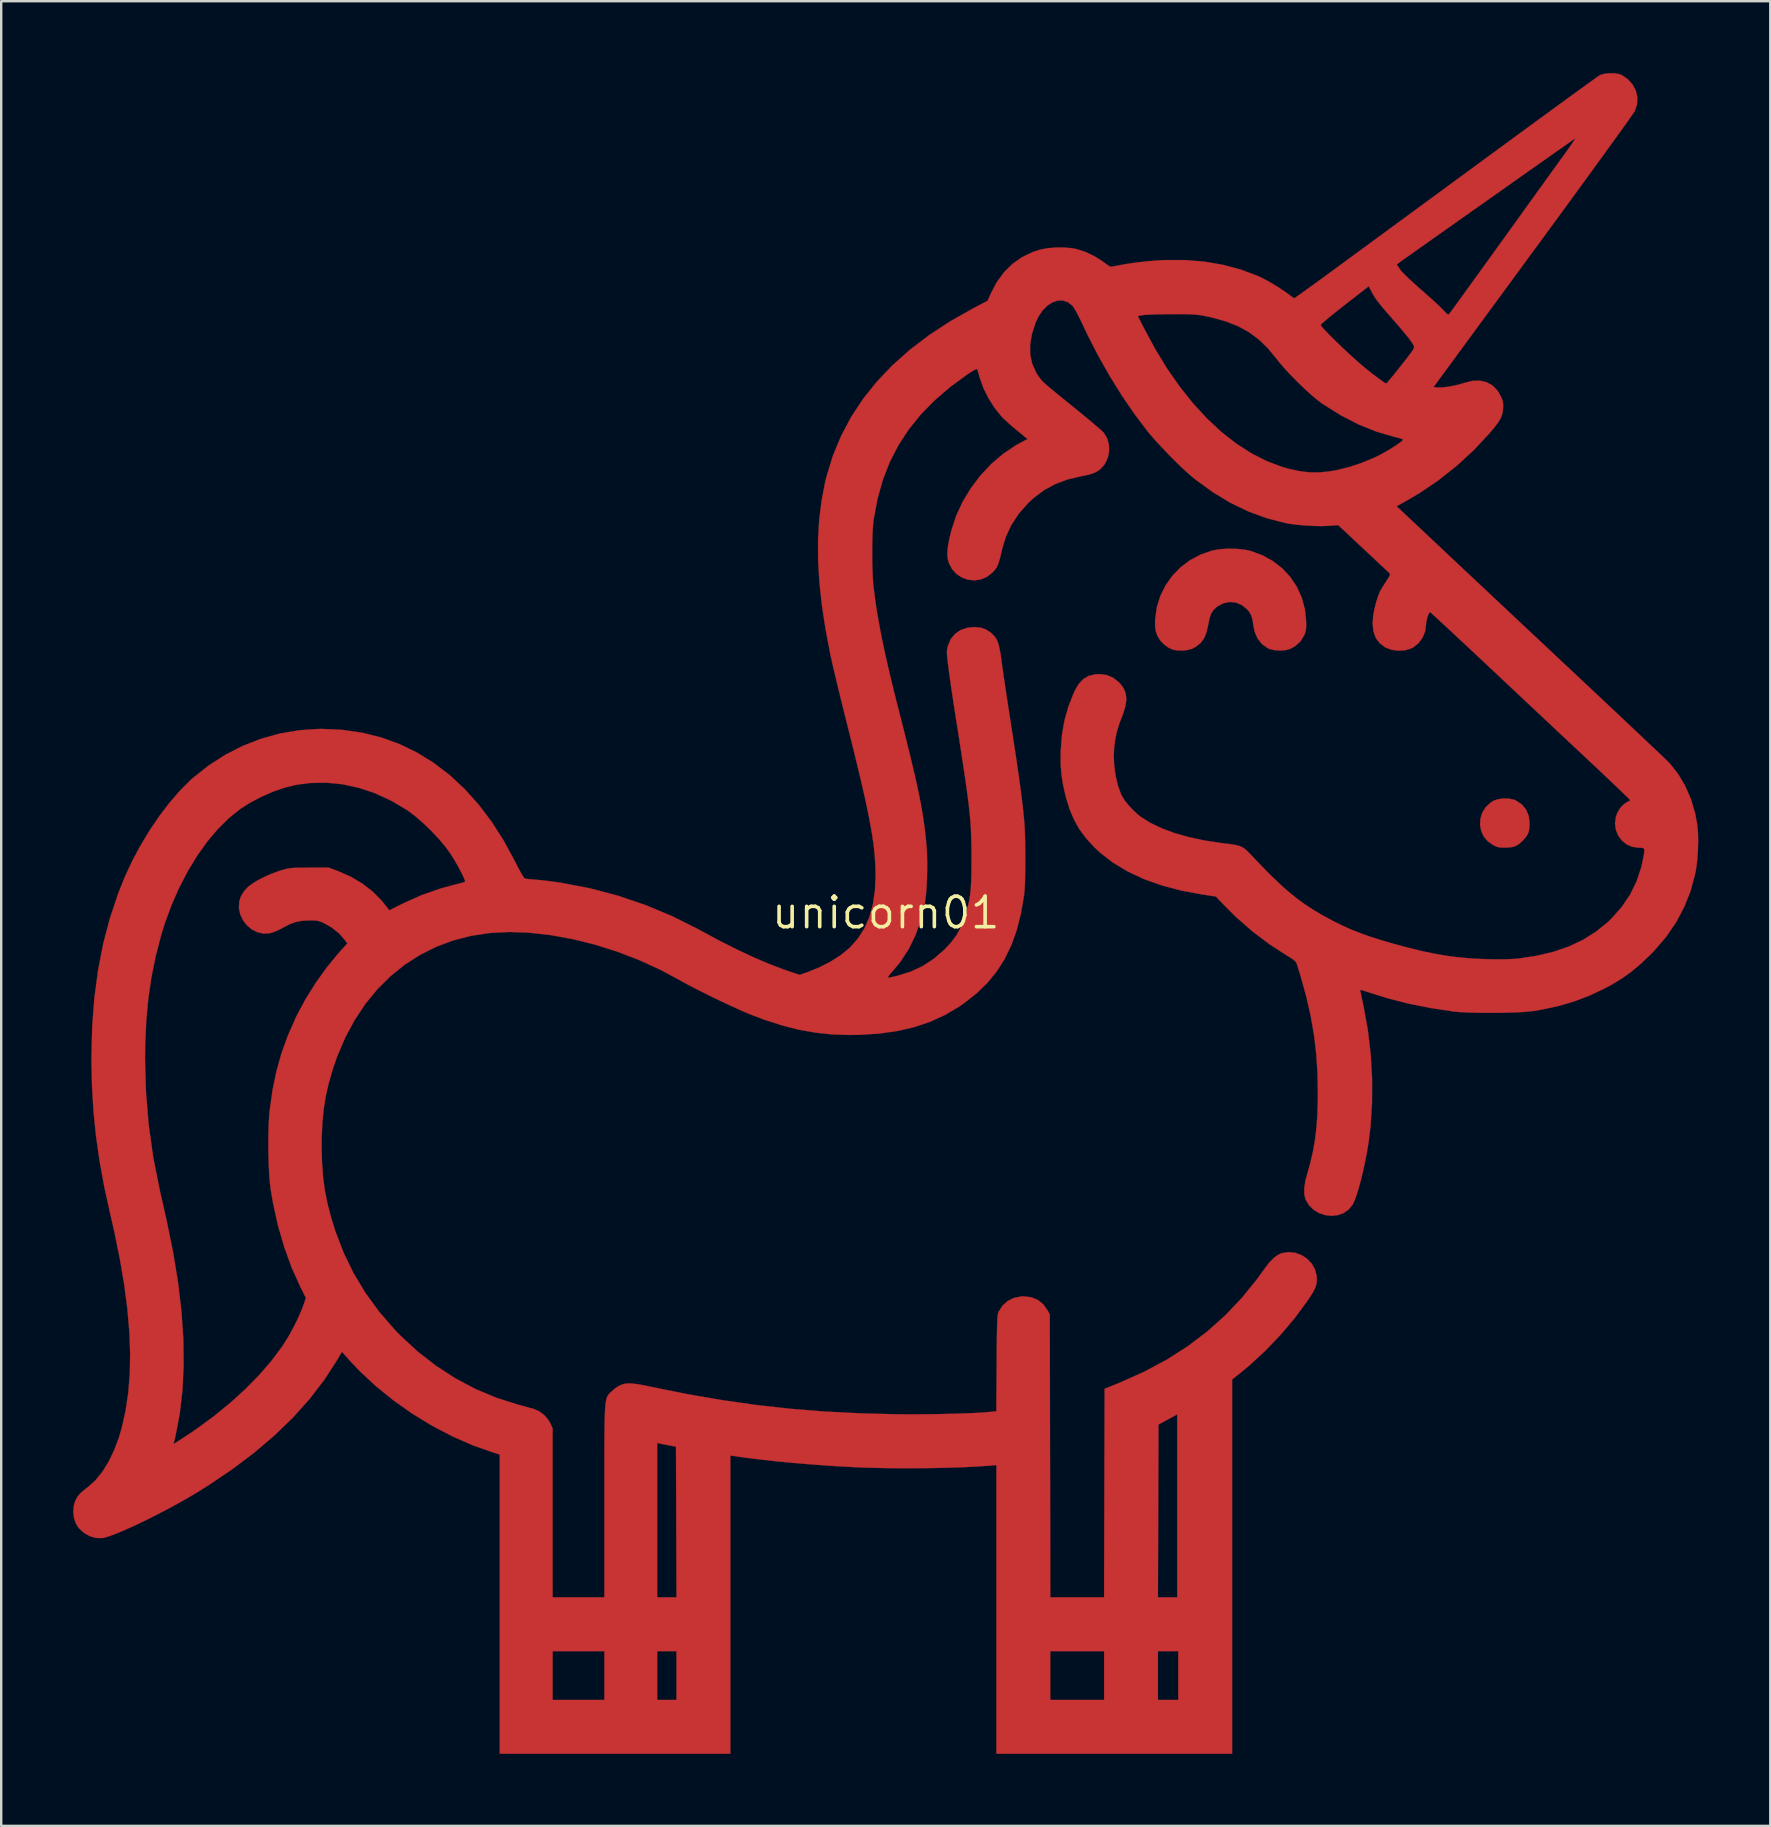
<source format=kicad_pcb>
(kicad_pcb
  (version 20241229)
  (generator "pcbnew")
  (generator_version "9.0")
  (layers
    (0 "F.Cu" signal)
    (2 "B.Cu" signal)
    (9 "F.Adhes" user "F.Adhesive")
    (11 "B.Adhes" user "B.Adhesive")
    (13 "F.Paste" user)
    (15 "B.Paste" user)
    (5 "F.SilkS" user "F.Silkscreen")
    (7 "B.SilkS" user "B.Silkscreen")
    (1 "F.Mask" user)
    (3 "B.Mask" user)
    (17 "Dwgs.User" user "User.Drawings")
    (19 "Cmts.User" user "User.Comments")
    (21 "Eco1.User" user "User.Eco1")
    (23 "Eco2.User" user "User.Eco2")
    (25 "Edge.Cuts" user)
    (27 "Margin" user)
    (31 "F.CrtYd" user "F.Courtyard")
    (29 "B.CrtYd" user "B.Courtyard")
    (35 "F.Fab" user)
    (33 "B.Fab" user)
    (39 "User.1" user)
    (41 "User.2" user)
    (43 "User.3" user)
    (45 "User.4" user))
  (footprint "unicorn01"
    (layer "F.Cu")
    (at 33.866 34.992)
    (property "Reference" "unicorn01" (at 0 0 0) (layer "F.SilkS") (effects (font (size 1.27 1.27) (thickness 0.15))))
    (attr through_hole)
    (fp_poly (pts (xy 25.982 -4.754) (xy 26.189 -4.711) (xy 26.253 -4.685) (xy 26.503 -4.52) (xy 26.684 -4.306) (xy 26.795 -4.045) (xy 26.835 -3.742) (xy 26.832 -3.645) (xy 26.816 -3.465) (xy 26.783 -3.334) (xy 26.723 -3.218) (xy 26.689 -3.167) (xy 26.572 -3.029) (xy 26.43 -2.897) (xy 26.38 -2.859) (xy 26.271 -2.79) (xy 26.166 -2.749) (xy 26.035 -2.727) (xy 25.873 -2.717) (xy 25.691 -2.714) (xy 25.56 -2.727) (xy 25.444 -2.761) (xy 25.325 -2.817) (xy 25.094 -2.976) (xy 24.924 -3.179) (xy 24.817 -3.414) (xy 24.771 -3.666) (xy 24.787 -3.923) (xy 24.865 -4.171) (xy 25.004 -4.397) (xy 25.204 -4.587) (xy 25.337 -4.67) (xy 25.521 -4.733) (xy 25.748 -4.762) (xy 25.982 -4.754)) (stroke (width 0.01) (type solid)) (fill yes) (layer "F.Cu"))
    (fp_poly (pts (xy 14.635 -15.167) (xy 14.977 -15.13) (xy 15.211 -15.079) (xy 15.699 -14.899) (xy 16.14 -14.654) (xy 16.529 -14.35) (xy 16.861 -13.994) (xy 17.131 -13.59) (xy 17.334 -13.146) (xy 17.465 -12.669) (xy 17.515 -12.233) (xy 17.523 -12.022) (xy 17.521 -11.872) (xy 17.506 -11.758) (xy 17.477 -11.654) (xy 17.441 -11.566) (xy 17.289 -11.317) (xy 17.069 -11.115) (xy 16.854 -10.995) (xy 16.668 -10.945) (xy 16.441 -10.928) (xy 16.207 -10.943) (xy 16.002 -10.991) (xy 15.929 -11.022) (xy 15.685 -11.194) (xy 15.5 -11.426) (xy 15.377 -11.712) (xy 15.324 -11.978) (xy 15.287 -12.214) (xy 15.234 -12.392) (xy 15.154 -12.537) (xy 15.057 -12.652) (xy 14.838 -12.828) (xy 14.592 -12.929) (xy 14.333 -12.953) (xy 14.074 -12.901) (xy 13.829 -12.771) (xy 13.767 -12.723) (xy 13.65 -12.606) (xy 13.564 -12.471) (xy 13.501 -12.297) (xy 13.45 -12.064) (xy 13.439 -11.999) (xy 13.368 -11.681) (xy 13.263 -11.43) (xy 13.116 -11.235) (xy 12.918 -11.082) (xy 12.764 -11.001) (xy 12.595 -10.952) (xy 12.382 -10.928) (xy 12.162 -10.932) (xy 11.972 -10.964) (xy 11.965 -10.966) (xy 11.778 -11.052) (xy 11.592 -11.189) (xy 11.441 -11.349) (xy 11.419 -11.381) (xy 11.315 -11.562) (xy 11.253 -11.744) (xy 11.226 -11.951) (xy 11.228 -12.21) (xy 11.231 -12.252) (xy 11.303 -12.748) (xy 11.451 -13.219) (xy 11.67 -13.656) (xy 11.954 -14.053) (xy 12.296 -14.403) (xy 12.69 -14.698) (xy 13.132 -14.932) (xy 13.61 -15.096) (xy 13.918 -15.151) (xy 14.271 -15.175) (xy 14.635 -15.167)) (stroke (width 0.01) (type solid)) (fill yes) (layer "F.Cu"))
    (fp_poly (pts (xy 30.531 -34.962) (xy 30.681 -34.913) (xy 30.938 -34.732) (xy 31.135 -34.508) (xy 31.266 -34.252) (xy 31.327 -33.976) (xy 31.313 -33.693) (xy 31.224 -33.422) (xy 31.188 -33.365) (xy 31.105 -33.244) (xy 30.976 -33.062) (xy 30.806 -32.823) (xy 30.597 -32.53) (xy 30.35 -32.188) (xy 30.07 -31.8) (xy 29.758 -31.37) (xy 29.418 -30.902) (xy 29.052 -30.399) (xy 28.663 -29.865) (xy 28.253 -29.304) (xy 27.825 -28.719) (xy 27.383 -28.115) (xy 26.975 -27.559) (xy 22.829 -21.907) (xy 23.003 -21.893) (xy 23.202 -21.895) (xy 23.452 -21.925) (xy 23.726 -21.977) (xy 23.996 -22.048) (xy 24.098 -22.08) (xy 24.449 -22.167) (xy 24.767 -22.177) (xy 25.05 -22.111) (xy 25.294 -21.972) (xy 25.499 -21.758) (xy 25.643 -21.512) (xy 25.707 -21.352) (xy 25.733 -21.207) (xy 25.731 -21.029) (xy 25.73 -21.026) (xy 25.713 -20.868) (xy 25.679 -20.727) (xy 25.619 -20.589) (xy 25.526 -20.437) (xy 25.391 -20.258) (xy 25.207 -20.036) (xy 25.17 -19.992) (xy 24.515 -19.289) (xy 23.795 -18.627) (xy 23.024 -18.017) (xy 22.216 -17.472) (xy 21.733 -17.188) (xy 21.292 -16.943) (xy 23.357 -15) (xy 23.68 -14.696) (xy 24.058 -14.341) (xy 24.482 -13.942) (xy 24.945 -13.507) (xy 25.44 -13.042) (xy 25.96 -12.554) (xy 26.495 -12.051) (xy 27.04 -11.54) (xy 27.586 -11.028) (xy 28.126 -10.521) (xy 28.652 -10.027) (xy 28.956 -9.742) (xy 29.422 -9.305) (xy 29.873 -8.881) (xy 30.305 -8.475) (xy 30.715 -8.089) (xy 31.097 -7.729) (xy 31.447 -7.398) (xy 31.762 -7.1) (xy 32.037 -6.839) (xy 32.269 -6.619) (xy 32.453 -6.444) (xy 32.584 -6.317) (xy 32.66 -6.243) (xy 32.672 -6.23) (xy 33.024 -5.786) (xy 33.321 -5.284) (xy 33.56 -4.734) (xy 33.734 -4.147) (xy 33.826 -3.65) (xy 33.853 -3.338) (xy 33.86 -2.972) (xy 33.849 -2.581) (xy 33.821 -2.193) (xy 33.776 -1.836) (xy 33.741 -1.643) (xy 33.55 -0.928) (xy 33.285 -0.253) (xy 32.947 0.387) (xy 32.531 0.995) (xy 32.037 1.574) (xy 31.859 1.757) (xy 31.459 2.136) (xy 31.075 2.457) (xy 30.683 2.737) (xy 30.26 2.995) (xy 29.963 3.154) (xy 29.327 3.454) (xy 28.681 3.699) (xy 28.006 3.895) (xy 27.28 4.048) (xy 27.009 4.094) (xy 26.796 4.118) (xy 26.515 4.139) (xy 26.182 4.154) (xy 25.812 4.165) (xy 25.422 4.171) (xy 25.028 4.171) (xy 24.646 4.167) (xy 24.291 4.158) (xy 23.981 4.143) (xy 23.73 4.123) (xy 23.664 4.115) (xy 22.702 3.969) (xy 21.808 3.791) (xy 20.968 3.577) (xy 20.373 3.394) (xy 20.163 3.326) (xy 19.985 3.27) (xy 19.853 3.231) (xy 19.78 3.212) (xy 19.77 3.212) (xy 19.778 3.257) (xy 19.802 3.371) (xy 19.837 3.54) (xy 19.881 3.749) (xy 19.917 3.916) (xy 20.094 4.895) (xy 20.212 5.9) (xy 20.27 6.914) (xy 20.268 7.92) (xy 20.205 8.898) (xy 20.126 9.546) (xy 20.062 9.942) (xy 19.985 10.343) (xy 19.901 10.737) (xy 19.811 11.112) (xy 19.719 11.453) (xy 19.628 11.749) (xy 19.542 11.988) (xy 19.464 12.155) (xy 19.461 12.159) (xy 19.295 12.367) (xy 19.085 12.514) (xy 18.844 12.601) (xy 18.586 12.631) (xy 18.324 12.604) (xy 18.071 12.522) (xy 17.841 12.386) (xy 17.647 12.198) (xy 17.503 11.96) (xy 17.496 11.945) (xy 17.446 11.736) (xy 17.445 11.473) (xy 17.491 11.173) (xy 17.543 10.973) (xy 17.691 10.448) (xy 17.807 9.944) (xy 17.894 9.442) (xy 17.955 8.921) (xy 17.993 8.363) (xy 18.01 7.749) (xy 18.011 7.514) (xy 17.995 6.671) (xy 17.941 5.867) (xy 17.848 5.082) (xy 17.711 4.298) (xy 17.529 3.497) (xy 17.298 2.66) (xy 17.141 2.155) (xy 17.108 2.078) (xy 17.053 2.009) (xy 16.962 1.934) (xy 16.818 1.841) (xy 16.709 1.775) (xy 15.983 1.305) (xy 15.274 0.768) (xy 14.603 0.179) (xy 14.214 -0.205) (xy 13.76 -0.676) (xy 13.191 -0.763) (xy 12.317 -0.926) (xy 11.51 -1.139) (xy 10.77 -1.401) (xy 10.099 -1.713) (xy 9.495 -2.074) (xy 8.961 -2.483) (xy 8.696 -2.729) (xy 8.358 -3.096) (xy 8.081 -3.466) (xy 7.856 -3.86) (xy 7.671 -4.295) (xy 7.517 -4.789) (xy 7.488 -4.902) (xy 7.39 -5.338) (xy 7.326 -5.741) (xy 7.294 -6.144) (xy 7.29 -6.581) (xy 7.296 -6.795) (xy 7.347 -7.434) (xy 7.452 -8.03) (xy 7.617 -8.606) (xy 7.848 -9.188) (xy 7.868 -9.233) (xy 8.031 -9.521) (xy 8.226 -9.732) (xy 8.457 -9.87) (xy 8.731 -9.938) (xy 8.89 -9.947) (xy 9.2 -9.91) (xy 9.476 -9.796) (xy 9.721 -9.603) (xy 9.763 -9.56) (xy 9.915 -9.356) (xy 10.003 -9.139) (xy 10.029 -8.898) (xy 9.993 -8.622) (xy 9.895 -8.301) (xy 9.852 -8.191) (xy 9.723 -7.848) (xy 9.631 -7.539) (xy 9.566 -7.229) (xy 9.522 -6.912) (xy 9.503 -6.523) (xy 9.524 -6.11) (xy 9.583 -5.696) (xy 9.675 -5.307) (xy 9.797 -4.966) (xy 9.843 -4.868) (xy 9.953 -4.691) (xy 10.114 -4.489) (xy 10.303 -4.285) (xy 10.501 -4.1) (xy 10.626 -4) (xy 11.021 -3.75) (xy 11.491 -3.524) (xy 12.028 -3.325) (xy 12.623 -3.154) (xy 13.271 -3.015) (xy 13.962 -2.909) (xy 14.047 -2.899) (xy 14.332 -2.864) (xy 14.549 -2.83) (xy 14.714 -2.791) (xy 14.845 -2.74) (xy 14.957 -2.67) (xy 15.068 -2.575) (xy 15.192 -2.447) (xy 15.219 -2.419) (xy 15.66 -1.954) (xy 16.06 -1.549) (xy 16.429 -1.195) (xy 16.779 -0.884) (xy 17.118 -0.609) (xy 17.457 -0.36) (xy 17.807 -0.13) (xy 18.176 0.09) (xy 18.576 0.307) (xy 18.627 0.334) (xy 19.01 0.525) (xy 19.385 0.694) (xy 19.77 0.848) (xy 20.184 0.995) (xy 20.648 1.142) (xy 21.067 1.265) (xy 21.719 1.443) (xy 22.312 1.589) (xy 22.861 1.706) (xy 23.383 1.795) (xy 23.894 1.861) (xy 24.412 1.906) (xy 24.952 1.932) (xy 25.04 1.934) (xy 25.487 1.942) (xy 25.878 1.938) (xy 26.203 1.923) (xy 26.374 1.908) (xy 27.134 1.793) (xy 27.829 1.628) (xy 28.465 1.41) (xy 29.045 1.137) (xy 29.575 0.808) (xy 30.06 0.42) (xy 30.253 0.237) (xy 30.676 -0.241) (xy 31.023 -0.754) (xy 31.292 -1.302) (xy 31.485 -1.884) (xy 31.537 -2.109) (xy 31.584 -2.344) (xy 31.613 -2.507) (xy 31.619 -2.613) (xy 31.6 -2.674) (xy 31.553 -2.701) (xy 31.475 -2.709) (xy 31.389 -2.709) (xy 31.114 -2.748) (xy 30.874 -2.854) (xy 30.674 -3.018) (xy 30.523 -3.226) (xy 30.428 -3.467) (xy 30.395 -3.729) (xy 30.433 -4.001) (xy 30.496 -4.172) (xy 30.609 -4.359) (xy 30.751 -4.515) (xy 30.902 -4.618) (xy 30.945 -4.635) (xy 31.014 -4.67) (xy 31.03 -4.693) (xy 31 -4.727) (xy 30.914 -4.813) (xy 30.776 -4.947) (xy 30.593 -5.123) (xy 30.37 -5.336) (xy 30.111 -5.581) (xy 29.824 -5.853) (xy 29.512 -6.147) (xy 29.221 -6.421) (xy 28.868 -6.751) (xy 28.465 -7.129) (xy 28.022 -7.545) (xy 27.551 -7.987) (xy 27.063 -8.445) (xy 26.569 -8.909) (xy 26.079 -9.369) (xy 25.606 -9.814) (xy 25.16 -10.233) (xy 25.063 -10.324) (xy 24.688 -10.676) (xy 24.331 -11.011) (xy 23.996 -11.324) (xy 23.688 -11.611) (xy 23.413 -11.867) (xy 23.175 -12.088) (xy 22.978 -12.269) (xy 22.828 -12.406) (xy 22.73 -12.495) (xy 22.688 -12.53) (xy 22.686 -12.531) (xy 22.648 -12.493) (xy 22.604 -12.398) (xy 22.563 -12.271) (xy 22.532 -12.137) (xy 22.521 -12.029) (xy 22.483 -11.736) (xy 22.375 -11.467) (xy 22.207 -11.237) (xy 21.987 -11.062) (xy 21.879 -11.008) (xy 21.625 -10.937) (xy 21.344 -10.923) (xy 21.067 -10.964) (xy 20.824 -11.058) (xy 20.811 -11.066) (xy 20.584 -11.239) (xy 20.423 -11.458) (xy 20.327 -11.725) (xy 20.294 -12.045) (xy 20.315 -12.362) (xy 20.36 -12.618) (xy 20.426 -12.891) (xy 20.506 -13.151) (xy 20.59 -13.367) (xy 20.618 -13.425) (xy 20.665 -13.508) (xy 20.745 -13.636) (xy 20.841 -13.785) (xy 20.86 -13.815) (xy 20.953 -13.958) (xy 21.004 -14.049) (xy 21.019 -14.106) (xy 21.004 -14.146) (xy 20.971 -14.179) (xy 20.922 -14.225) (xy 20.818 -14.322) (xy 20.669 -14.461) (xy 20.482 -14.636) (xy 20.265 -14.839) (xy 20.026 -15.062) (xy 19.875 -15.203) (xy 18.86 -16.154) (xy 18.479 -16.126) (xy 18.195 -16.116) (xy 17.859 -16.121) (xy 17.502 -16.14) (xy 17.152 -16.17) (xy 16.84 -16.21) (xy 16.688 -16.237) (xy 15.898 -16.439) (xy 15.127 -16.72) (xy 14.373 -17.082) (xy 13.636 -17.527) (xy 12.912 -18.054) (xy 12.806 -18.139) (xy 12.593 -18.322) (xy 12.341 -18.555) (xy 12.065 -18.823) (xy 11.78 -19.111) (xy 11.5 -19.403) (xy 11.242 -19.684) (xy 11.019 -19.939) (xy 10.914 -20.066) (xy 10.375 -20.778) (xy 9.842 -21.557) (xy 9.328 -22.385) (xy 8.843 -23.242) (xy 8.397 -24.112) (xy 8.187 -24.56) (xy 8.08 -24.784) (xy 8.035 -24.871) (xy 10.506 -24.871) (xy 10.74 -24.405) (xy 11.217 -23.515) (xy 11.722 -22.686) (xy 12.255 -21.923) (xy 12.811 -21.226) (xy 13.389 -20.598) (xy 13.986 -20.042) (xy 14.6 -19.56) (xy 15.228 -19.155) (xy 15.868 -18.828) (xy 16.518 -18.582) (xy 16.807 -18.5) (xy 17.258 -18.402) (xy 17.676 -18.353) (xy 18.088 -18.353) (xy 18.523 -18.4) (xy 18.832 -18.456) (xy 19.322 -18.579) (xy 19.831 -18.747) (xy 20.32 -18.948) (xy 20.507 -19.036) (xy 20.706 -19.141) (xy 20.909 -19.256) (xy 21.105 -19.374) (xy 21.281 -19.488) (xy 21.424 -19.588) (xy 21.522 -19.667) (xy 21.564 -19.717) (xy 21.562 -19.726) (xy 21.506 -19.75) (xy 21.391 -19.786) (xy 21.239 -19.825) (xy 21.215 -19.831) (xy 20.459 -20.051) (xy 19.706 -20.353) (xy 18.963 -20.735) (xy 18.235 -21.192) (xy 18.15 -21.251) (xy 17.932 -21.418) (xy 17.677 -21.637) (xy 17.4 -21.893) (xy 17.115 -22.17) (xy 16.838 -22.455) (xy 16.584 -22.731) (xy 16.368 -22.985) (xy 16.265 -23.117) (xy 15.916 -23.54) (xy 15.545 -23.897) (xy 15.142 -24.195) (xy 14.696 -24.441) (xy 14.547 -24.501) (xy 18.127 -24.501) (xy 18.153 -24.453) (xy 18.233 -24.357) (xy 18.36 -24.22) (xy 18.524 -24.051) (xy 18.717 -23.859) (xy 18.932 -23.651) (xy 19.159 -23.435) (xy 19.39 -23.221) (xy 19.617 -23.016) (xy 19.758 -22.892) (xy 19.931 -22.745) (xy 20.12 -22.592) (xy 20.311 -22.441) (xy 20.492 -22.304) (xy 20.651 -22.188) (xy 20.774 -22.104) (xy 20.85 -22.061) (xy 20.864 -22.058) (xy 20.897 -22.09) (xy 20.974 -22.18) (xy 21.088 -22.317) (xy 21.23 -22.492) (xy 21.393 -22.697) (xy 21.474 -22.799) (xy 21.663 -23.04) (xy 21.805 -23.223) (xy 21.906 -23.358) (xy 21.972 -23.456) (xy 22.008 -23.524) (xy 22.021 -23.574) (xy 22.016 -23.614) (xy 21.998 -23.653) (xy 21.995 -23.658) (xy 21.925 -23.774) (xy 21.81 -23.932) (xy 21.648 -24.135) (xy 21.435 -24.388) (xy 21.167 -24.697) (xy 21.126 -24.744) (xy 20.901 -25.002) (xy 20.724 -25.208) (xy 20.586 -25.376) (xy 20.479 -25.515) (xy 20.394 -25.637) (xy 20.321 -25.754) (xy 20.26 -25.865) (xy 20.129 -26.11) (xy 19.135 -25.337) (xy 18.883 -25.139) (xy 18.654 -24.956) (xy 18.456 -24.795) (xy 18.297 -24.662) (xy 18.186 -24.564) (xy 18.132 -24.509) (xy 18.127 -24.501) (xy 14.547 -24.501) (xy 14.197 -24.641) (xy 13.634 -24.8) (xy 13.367 -24.859) (xy 13.201 -24.89) (xy 13.049 -24.914) (xy 12.895 -24.931) (xy 12.722 -24.942) (xy 12.514 -24.948) (xy 12.256 -24.951) (xy 11.931 -24.95) (xy 11.896 -24.95) (xy 11.601 -24.947) (xy 11.324 -24.941) (xy 11.078 -24.933) (xy 10.88 -24.924) (xy 10.744 -24.913) (xy 10.703 -24.908) (xy 10.506 -24.871) (xy 8.035 -24.871) (xy 7.974 -24.99) (xy 7.878 -25.159) (xy 7.803 -25.275) (xy 7.778 -25.304) (xy 7.589 -25.449) (xy 7.382 -25.518) (xy 7.165 -25.514) (xy 6.947 -25.441) (xy 6.735 -25.303) (xy 6.538 -25.104) (xy 6.365 -24.847) (xy 6.246 -24.596) (xy 6.093 -24.125) (xy 6.017 -23.684) (xy 6.021 -23.271) (xy 6.103 -22.884) (xy 6.264 -22.522) (xy 6.326 -22.42) (xy 6.374 -22.348) (xy 6.421 -22.282) (xy 6.475 -22.216) (xy 6.542 -22.145) (xy 6.628 -22.062) (xy 6.742 -21.961) (xy 6.889 -21.837) (xy 7.076 -21.682) (xy 7.31 -21.49) (xy 7.598 -21.257) (xy 7.861 -21.045) (xy 8.131 -20.825) (xy 8.385 -20.616) (xy 8.613 -20.425) (xy 8.808 -20.259) (xy 8.96 -20.126) (xy 9.06 -20.034) (xy 9.093 -20) (xy 9.23 -19.771) (xy 9.301 -19.508) (xy 9.309 -19.231) (xy 9.253 -18.958) (xy 9.135 -18.71) (xy 9.025 -18.571) (xy 8.896 -18.452) (xy 8.754 -18.362) (xy 8.581 -18.293) (xy 8.355 -18.235) (xy 8.172 -18.2) (xy 7.597 -18.065) (xy 7.078 -17.873) (xy 6.606 -17.618) (xy 6.173 -17.296) (xy 5.942 -17.083) (xy 5.553 -16.644) (xy 5.239 -16.171) (xy 5.003 -15.668) (xy 4.849 -15.155) (xy 4.787 -14.881) (xy 4.732 -14.674) (xy 4.68 -14.518) (xy 4.623 -14.398) (xy 4.554 -14.297) (xy 4.468 -14.2) (xy 4.445 -14.178) (xy 4.212 -13.998) (xy 3.956 -13.891) (xy 3.689 -13.853) (xy 3.424 -13.882) (xy 3.174 -13.972) (xy 2.95 -14.12) (xy 2.766 -14.322) (xy 2.633 -14.575) (xy 2.584 -14.748) (xy 2.566 -14.951) (xy 2.585 -15.214) (xy 2.642 -15.542) (xy 2.73 -15.914) (xy 2.93 -16.529) (xy 3.205 -17.126) (xy 3.547 -17.693) (xy 3.947 -18.222) (xy 4.399 -18.704) (xy 4.895 -19.127) (xy 5.426 -19.483) (xy 5.638 -19.6) (xy 5.913 -19.743) (xy 5.464 -20.11) (xy 5.275 -20.268) (xy 5.09 -20.433) (xy 4.928 -20.583) (xy 4.811 -20.701) (xy 4.808 -20.705) (xy 4.528 -21.057) (xy 4.278 -21.453) (xy 4.072 -21.87) (xy 3.924 -22.28) (xy 3.893 -22.394) (xy 3.857 -22.528) (xy 3.825 -22.627) (xy 3.808 -22.662) (xy 3.763 -22.654) (xy 3.666 -22.606) (xy 3.531 -22.525) (xy 3.424 -22.455) (xy 2.689 -21.917) (xy 2.034 -21.354) (xy 1.456 -20.763) (xy 0.954 -20.14) (xy 0.526 -19.482) (xy 0.168 -18.786) (xy -0.119 -18.049) (xy -0.34 -17.267) (xy -0.496 -16.438) (xy -0.515 -16.298) (xy -0.536 -16.077) (xy -0.552 -15.79) (xy -0.561 -15.457) (xy -0.565 -15.095) (xy -0.564 -14.724) (xy -0.556 -14.362) (xy -0.543 -14.028) (xy -0.525 -13.742) (xy -0.514 -13.631) (xy -0.45 -13.107) (xy -0.367 -12.551) (xy -0.263 -11.957) (xy -0.138 -11.317) (xy 0.012 -10.623) (xy 0.186 -9.869) (xy 0.387 -9.047) (xy 0.507 -8.572) (xy 0.689 -7.86) (xy 0.849 -7.222) (xy 0.991 -6.651) (xy 1.114 -6.14) (xy 1.222 -5.681) (xy 1.314 -5.267) (xy 1.394 -4.89) (xy 1.462 -4.544) (xy 1.519 -4.221) (xy 1.568 -3.913) (xy 1.61 -3.614) (xy 1.647 -3.315) (xy 1.679 -3.01) (xy 1.697 -2.82) (xy 1.717 -2.514) (xy 1.727 -2.162) (xy 1.727 -1.787) (xy 1.718 -1.408) (xy 1.701 -1.047) (xy 1.675 -0.725) (xy 1.641 -0.462) (xy 1.635 -0.423) (xy 1.47 0.284) (xy 1.24 0.935) (xy 0.947 1.532) (xy 0.59 2.073) (xy 0.297 2.424) (xy 0.189 2.547) (xy 0.116 2.644) (xy 0.086 2.7) (xy 0.091 2.709) (xy 0.157 2.699) (xy 0.281 2.674) (xy 0.44 2.638) (xy 0.487 2.627) (xy 1.033 2.458) (xy 1.531 2.228) (xy 1.991 1.929) (xy 2.427 1.553) (xy 2.457 1.524) (xy 2.725 1.237) (xy 2.937 0.954) (xy 3.106 0.65) (xy 3.25 0.3) (xy 3.317 0.1) (xy 3.388 -0.137) (xy 3.445 -0.355) (xy 3.489 -0.567) (xy 3.523 -0.788) (xy 3.546 -1.031) (xy 3.562 -1.31) (xy 3.571 -1.638) (xy 3.574 -2.03) (xy 3.575 -2.286) (xy 3.574 -2.58) (xy 3.571 -2.852) (xy 3.565 -3.109) (xy 3.556 -3.359) (xy 3.543 -3.61) (xy 3.524 -3.867) (xy 3.499 -4.14) (xy 3.467 -4.434) (xy 3.427 -4.758) (xy 3.379 -5.119) (xy 3.322 -5.524) (xy 3.254 -5.981) (xy 3.176 -6.496) (xy 3.086 -7.078) (xy 2.983 -7.734) (xy 2.944 -7.979) (xy 2.885 -8.363) (xy 2.825 -8.755) (xy 2.767 -9.138) (xy 2.714 -9.497) (xy 2.669 -9.814) (xy 2.633 -10.072) (xy 2.619 -10.181) (xy 2.586 -10.445) (xy 2.564 -10.642) (xy 2.552 -10.786) (xy 2.551 -10.895) (xy 2.559 -10.984) (xy 2.577 -11.069) (xy 2.599 -11.146) (xy 2.718 -11.416) (xy 2.9 -11.632) (xy 3.136 -11.79) (xy 3.419 -11.883) (xy 3.683 -11.907) (xy 3.951 -11.884) (xy 4.174 -11.809) (xy 4.382 -11.671) (xy 4.423 -11.636) (xy 4.526 -11.533) (xy 4.608 -11.417) (xy 4.673 -11.274) (xy 4.727 -11.089) (xy 4.774 -10.851) (xy 4.819 -10.545) (xy 4.829 -10.468) (xy 4.854 -10.286) (xy 4.89 -10.033) (xy 4.935 -9.72) (xy 4.989 -9.359) (xy 5.048 -8.964) (xy 5.112 -8.544) (xy 5.178 -8.114) (xy 5.229 -7.789) (xy 5.327 -7.157) (xy 5.412 -6.597) (xy 5.486 -6.101) (xy 5.55 -5.659) (xy 5.605 -5.259) (xy 5.653 -4.892) (xy 5.694 -4.549) (xy 5.732 -4.218) (xy 5.765 -3.895) (xy 5.784 -3.65) (xy 5.799 -3.347) (xy 5.81 -3.003) (xy 5.816 -2.632) (xy 5.818 -2.251) (xy 5.816 -1.874) (xy 5.81 -1.518) (xy 5.799 -1.199) (xy 5.785 -0.931) (xy 5.766 -0.732) (xy 5.764 -0.72) (xy 5.633 0.038) (xy 5.457 0.729) (xy 5.231 1.358) (xy 4.954 1.931) (xy 4.62 2.454) (xy 4.227 2.932) (xy 3.771 3.372) (xy 3.249 3.78) (xy 3.04 3.923) (xy 2.462 4.264) (xy 1.847 4.544) (xy 1.191 4.765) (xy 0.488 4.928) (xy -0.267 5.035) (xy -1.081 5.088) (xy -1.524 5.094) (xy -2.239 5.069) (xy -2.935 4.996) (xy -3.628 4.872) (xy -4.333 4.692) (xy -5.066 4.455) (xy -5.673 4.224) (xy -5.924 4.119) (xy -6.229 3.983) (xy -6.572 3.825) (xy -6.937 3.652) (xy -7.307 3.473) (xy -7.666 3.295) (xy -7.998 3.126) (xy -8.286 2.975) (xy -8.514 2.849) (xy -8.529 2.84) (xy -9.382 2.381) (xy -10.272 1.973) (xy -11.188 1.621) (xy -12.118 1.328) (xy -13.052 1.096) (xy -13.977 0.929) (xy -14.884 0.829) (xy -15.674 0.801) (xy -16.491 0.842) (xy -17.278 0.96) (xy -18.03 1.154) (xy -18.745 1.422) (xy -19.422 1.762) (xy -20.058 2.172) (xy -20.649 2.65) (xy -21.195 3.194) (xy -21.692 3.803) (xy -22.137 4.474) (xy -22.53 5.206) (xy -22.866 5.996) (xy -23.047 6.519) (xy -23.212 7.092) (xy -23.338 7.644) (xy -23.427 8.2) (xy -23.483 8.78) (xy -23.508 9.408) (xy -23.511 9.737) (xy -23.496 10.393) (xy -23.453 10.994) (xy -23.378 11.565) (xy -23.266 12.129) (xy -23.113 12.714) (xy -22.939 13.271) (xy -22.598 14.164) (xy -22.182 15.021) (xy -21.689 15.84) (xy -21.121 16.621) (xy -20.479 17.364) (xy -20.216 17.634) (xy -19.496 18.298) (xy -18.735 18.889) (xy -17.936 19.406) (xy -17.101 19.848) (xy -16.234 20.212) (xy -15.36 20.492) (xy -15.145 20.551) (xy -14.937 20.608) (xy -14.763 20.655) (xy -14.667 20.681) (xy -14.428 20.788) (xy -14.21 20.958) (xy -14.038 21.173) (xy -13.986 21.27) (xy -13.886 21.484) (xy -13.886 25.008) (xy -13.885 28.533) (xy -11.726 28.533) (xy -9.525 28.533) (xy -8.72 28.533) (xy -8.731 25.392) (xy -8.742 22.251) (xy -9.038 22.197) (xy -9.201 22.166) (xy -9.342 22.139) (xy -9.43 22.12) (xy -9.525 22.096) (xy -9.525 28.533) (xy -11.726 28.533) (xy -11.726 24.519) (xy -11.726 23.825) (xy -11.726 23.21) (xy -11.726 22.67) (xy -11.725 22.2) (xy -11.723 21.793) (xy -11.719 21.445) (xy -11.714 21.151) (xy -11.707 20.905) (xy -11.697 20.702) (xy -11.685 20.538) (xy -11.669 20.406) (xy -11.651 20.303) (xy -11.629 20.222) (xy -11.602 20.158) (xy -11.572 20.107) (xy -11.537 20.063) (xy -11.497 20.02) (xy -11.452 19.975) (xy -11.442 19.965) (xy -11.314 19.851) (xy -11.174 19.751) (xy -11.123 19.722) (xy -11 19.667) (xy -10.875 19.631) (xy -10.736 19.615) (xy -10.569 19.62) (xy -10.361 19.646) (xy -10.097 19.692) (xy -9.766 19.761) (xy -9.756 19.763) (xy -8.273 20.062) (xy -6.831 20.311) (xy -5.41 20.514) (xy -3.99 20.672) (xy -2.552 20.788) (xy -1.075 20.863) (xy 0.296 20.899) (xy 0.791 20.904) (xy 1.301 20.904) (xy 1.815 20.901) (xy 2.319 20.893) (xy 2.803 20.882) (xy 3.254 20.868) (xy 3.661 20.851) (xy 4.012 20.832) (xy 4.295 20.809) (xy 4.39 20.8) (xy 4.61 20.775) (xy 4.623 18.78) (xy 4.626 18.308) (xy 4.63 17.914) (xy 4.634 17.589) (xy 4.639 17.327) (xy 4.645 17.119) (xy 4.652 16.959) (xy 4.661 16.838) (xy 4.673 16.749) (xy 4.686 16.686) (xy 4.702 16.639) (xy 4.704 16.634) (xy 4.864 16.379) (xy 5.08 16.184) (xy 5.344 16.053) (xy 5.647 15.993) (xy 5.757 15.989) (xy 6.071 16.027) (xy 6.341 16.137) (xy 6.565 16.319) (xy 6.745 16.572) (xy 6.745 16.573) (xy 6.837 16.743) (xy 6.848 22.638) (xy 6.859 28.533) (xy 9.101 28.533) (xy 11.345 28.533) (xy 12.15 28.533) (xy 12.15 20.906) (xy 11.758 21.119) (xy 11.367 21.331) (xy 11.345 28.533) (xy 9.101 28.533) (xy 9.112 24.187) (xy 9.123 19.841) (xy 9.779 19.574) (xy 10.775 19.129) (xy 11.707 18.631) (xy 12.577 18.076) (xy 13.387 17.464) (xy 14.14 16.792) (xy 14.837 16.059) (xy 15.483 15.263) (xy 15.766 14.87) (xy 15.978 14.59) (xy 16.174 14.385) (xy 16.361 14.25) (xy 16.504 14.188) (xy 16.789 14.144) (xy 17.068 14.173) (xy 17.33 14.268) (xy 17.562 14.419) (xy 17.752 14.619) (xy 17.888 14.859) (xy 17.959 15.129) (xy 17.966 15.236) (xy 17.961 15.385) (xy 17.937 15.52) (xy 17.887 15.659) (xy 17.804 15.82) (xy 17.68 16.018) (xy 17.577 16.171) (xy 17.057 16.878) (xy 16.47 17.574) (xy 15.836 18.239) (xy 15.171 18.854) (xy 14.764 19.192) (xy 14.436 19.452) (xy 14.436 27.252) (xy 14.436 35.052) (xy 4.614 35.052) (xy 4.614 30.776) (xy 6.858 30.776) (xy 6.858 32.808) (xy 9.102 32.808) (xy 9.102 30.776) (xy 11.345 30.776) (xy 11.345 32.808) (xy 12.192 32.808) (xy 12.192 30.776) (xy 11.345 30.776) (xy 9.102 30.776) (xy 6.858 30.776) (xy 4.614 30.776) (xy 4.614 23.021) (xy 4.286 23.047) (xy 3.809 23.08) (xy 3.264 23.107) (xy 2.666 23.128) (xy 2.032 23.142) (xy 1.378 23.151) (xy 0.72 23.152) (xy 0.074 23.147) (xy -0.544 23.134) (xy -1.117 23.115) (xy -1.143 23.114) (xy -1.807 23.08) (xy -2.497 23.037) (xy -3.197 22.985) (xy -3.89 22.926) (xy -4.56 22.862) (xy -5.19 22.793) (xy -5.763 22.723) (xy -6.107 22.675) (xy -6.477 22.62) (xy -6.477 35.052) (xy -16.087 35.052) (xy -16.087 30.776) (xy -13.885 30.776) (xy -13.885 32.808) (xy -11.726 32.808) (xy -11.726 30.776) (xy -9.525 30.776) (xy -9.525 32.808) (xy -8.721 32.808) (xy -8.721 30.776) (xy -9.525 30.776) (xy -11.726 30.776) (xy -13.885 30.776) (xy -16.087 30.776) (xy -16.087 22.579) (xy -16.33 22.505) (xy -17.188 22.205) (xy -18.048 21.829) (xy -18.897 21.386) (xy -19.722 20.883) (xy -20.511 20.328) (xy -21.251 19.73) (xy -21.93 19.096) (xy -22.307 18.697) (xy -22.665 18.299) (xy -22.881 18.664) (xy -23.406 19.474) (xy -24.011 20.261) (xy -24.696 21.026) (xy -25.462 21.769) (xy -26.308 22.492) (xy -27.236 23.193) (xy -28.245 23.873) (xy -28.702 24.158) (xy -29.075 24.38) (xy -29.471 24.605) (xy -29.883 24.829) (xy -30.3 25.047) (xy -30.713 25.256) (xy -31.114 25.451) (xy -31.491 25.626) (xy -31.837 25.778) (xy -32.142 25.903) (xy -32.397 25.995) (xy -32.591 26.051) (xy -32.652 26.062) (xy -32.916 26.057) (xy -33.179 25.981) (xy -33.422 25.842) (xy -33.626 25.652) (xy -33.749 25.466) (xy -33.832 25.226) (xy -33.861 24.955) (xy -33.835 24.689) (xy -33.784 24.525) (xy -33.717 24.389) (xy -33.636 24.272) (xy -33.525 24.156) (xy -33.367 24.024) (xy -33.235 23.924) (xy -32.936 23.654) (xy -32.655 23.308) (xy -32.397 22.894) (xy -32.166 22.418) (xy -31.966 21.89) (xy -31.84 21.463) (xy -31.681 20.75) (xy -31.569 19.997) (xy -31.506 19.2) (xy -31.491 18.356) (xy -31.525 17.461) (xy -31.607 16.513) (xy -31.738 15.508) (xy -31.918 14.443) (xy -32.147 13.315) (xy -32.321 12.552) (xy -32.566 11.441) (xy -32.762 10.376) (xy -32.911 9.337) (xy -33.017 8.303) (xy -33.08 7.255) (xy -33.104 6.17) (xy -33.104 6.096) (xy -30.871 6.096) (xy -30.832 7.487) (xy -30.719 8.851) (xy -30.528 10.205) (xy -30.257 11.564) (xy -30.249 11.599) (xy -30.201 11.813) (xy -30.14 12.081) (xy -30.073 12.378) (xy -30.006 12.674) (xy -29.972 12.827) (xy -29.702 14.144) (xy -29.496 15.405) (xy -29.354 16.61) (xy -29.276 17.76) (xy -29.262 18.855) (xy -29.311 19.894) (xy -29.425 20.877) (xy -29.602 21.805) (xy -29.656 22.027) (xy -29.686 22.147) (xy -29.374 21.947) (xy -29.187 21.826) (xy -28.972 21.683) (xy -28.767 21.543) (xy -28.723 21.513) (xy -28.003 20.985) (xy -27.323 20.431) (xy -26.692 19.857) (xy -26.117 19.272) (xy -25.608 18.684) (xy -25.172 18.102) (xy -25.085 17.972) (xy -24.892 17.66) (xy -24.7 17.312) (xy -24.521 16.956) (xy -24.37 16.618) (xy -24.278 16.378) (xy -24.166 16.056) (xy -24.386 15.616) (xy -24.747 14.819) (xy -25.061 13.96) (xy -25.326 13.051) (xy -25.536 12.105) (xy -25.636 11.515) (xy -25.67 11.227) (xy -25.697 10.874) (xy -25.716 10.474) (xy -25.728 10.047) (xy -25.732 9.61) (xy -25.728 9.183) (xy -25.715 8.784) (xy -25.694 8.432) (xy -25.677 8.25) (xy -25.559 7.403) (xy -25.396 6.611) (xy -25.184 5.854) (xy -24.915 5.113) (xy -24.585 4.366) (xy -24.528 4.249) (xy -24.17 3.583) (xy -23.754 2.919) (xy -23.298 2.282) (xy -22.819 1.697) (xy -22.664 1.525) (xy -22.438 1.281) (xy -22.558 1.116) (xy -22.785 0.86) (xy -23.074 0.629) (xy -23.356 0.462) (xy -23.504 0.391) (xy -23.625 0.348) (xy -23.749 0.326) (xy -23.908 0.318) (xy -24.024 0.318) (xy -24.322 0.333) (xy -24.585 0.383) (xy -24.843 0.477) (xy -25.125 0.623) (xy -25.155 0.641) (xy -25.33 0.731) (xy -25.515 0.807) (xy -25.668 0.853) (xy -25.939 0.867) (xy -26.196 0.809) (xy -26.43 0.688) (xy -26.632 0.516) (xy -26.793 0.303) (xy -26.905 0.062) (xy -26.958 -0.198) (xy -26.944 -0.465) (xy -26.881 -0.67) (xy -26.758 -0.879) (xy -26.584 -1.073) (xy -26.579 -1.077) (xy -26.392 -1.219) (xy -26.142 -1.368) (xy -25.852 -1.515) (xy -25.541 -1.648) (xy -25.23 -1.758) (xy -25.209 -1.764) (xy -25.07 -1.805) (xy -24.949 -1.835) (xy -24.828 -1.856) (xy -24.691 -1.869) (xy -24.52 -1.877) (xy -24.298 -1.88) (xy -24.024 -1.881) (xy -23.22 -1.882) (xy -22.803 -1.726) (xy -22.291 -1.499) (xy -21.814 -1.215) (xy -21.386 -0.885) (xy -21.022 -0.518) (xy -20.934 -0.412) (xy -20.689 -0.1) (xy -20.086 -0.402) (xy -19.348 -0.732) (xy -18.573 -1.005) (xy -17.996 -1.162) (xy -17.814 -1.208) (xy -17.664 -1.248) (xy -17.564 -1.278) (xy -17.533 -1.291) (xy -17.537 -1.342) (xy -17.579 -1.45) (xy -17.652 -1.605) (xy -17.747 -1.79) (xy -17.859 -1.995) (xy -17.981 -2.204) (xy -18.104 -2.404) (xy -18.151 -2.477) (xy -18.368 -2.773) (xy -18.64 -3.094) (xy -18.947 -3.42) (xy -19.272 -3.733) (xy -19.596 -4.015) (xy -19.901 -4.247) (xy -19.961 -4.288) (xy -20.611 -4.672) (xy -21.277 -4.979) (xy -21.955 -5.207) (xy -22.64 -5.355) (xy -23.327 -5.422) (xy -24.012 -5.407) (xy -24.575 -5.332) (xy -25.05 -5.215) (xy -25.551 -5.041) (xy -26.054 -4.82) (xy -26.532 -4.564) (xy -26.889 -4.335) (xy -27.367 -3.955) (xy -27.831 -3.498) (xy -28.275 -2.971) (xy -28.696 -2.382) (xy -29.088 -1.738) (xy -29.448 -1.046) (xy -29.77 -0.314) (xy -30.051 0.451) (xy -30.204 0.95) (xy -30.429 1.815) (xy -30.605 2.686) (xy -30.735 3.577) (xy -30.82 4.504) (xy -30.864 5.481) (xy -30.871 6.096) (xy -33.104 6.096) (xy -33.104 6.011) (xy -33.074 4.75) (xy -32.982 3.544) (xy -32.828 2.389) (xy -32.612 1.281) (xy -32.331 0.216) (xy -31.987 -0.811) (xy -31.708 -1.507) (xy -31.402 -2.164) (xy -31.053 -2.815) (xy -30.67 -3.447) (xy -30.261 -4.049) (xy -29.834 -4.606) (xy -29.399 -5.107) (xy -28.964 -5.54) (xy -28.875 -5.619) (xy -28.221 -6.137) (xy -27.527 -6.583) (xy -26.798 -6.955) (xy -26.038 -7.25) (xy -25.253 -7.468) (xy -24.448 -7.606) (xy -23.629 -7.661) (xy -23.491 -7.662) (xy -22.641 -7.622) (xy -21.82 -7.503) (xy -21.028 -7.306) (xy -20.268 -7.031) (xy -19.541 -6.679) (xy -18.847 -6.251) (xy -18.187 -5.748) (xy -17.563 -5.17) (xy -16.976 -4.519) (xy -16.428 -3.795) (xy -15.918 -2.998) (xy -15.448 -2.13) (xy -15.428 -2.089) (xy -15.306 -1.849) (xy -15.2 -1.654) (xy -15.114 -1.513) (xy -15.054 -1.436) (xy -15.037 -1.424) (xy -14.965 -1.412) (xy -14.831 -1.398) (xy -14.658 -1.383) (xy -14.563 -1.376) (xy -14.369 -1.358) (xy -14.12 -1.33) (xy -13.847 -1.294) (xy -13.577 -1.256) (xy -13.52 -1.247) (xy -12.325 -1.018) (xy -11.15 -0.707) (xy -9.999 -0.316) (xy -8.877 0.154) (xy -7.79 0.699) (xy -7.684 0.758) (xy -6.929 1.165) (xy -6.201 1.532) (xy -5.506 1.858) (xy -4.855 2.136) (xy -4.256 2.364) (xy -4.091 2.421) (xy -3.588 2.59) (xy -3.265 2.477) (xy -2.759 2.273) (xy -2.286 2.03) (xy -1.865 1.758) (xy -1.51 1.466) (xy -1.489 1.447) (xy -1.158 1.073) (xy -0.889 0.652) (xy -0.682 0.18) (xy -0.536 -0.345) (xy -0.45 -0.927) (xy -0.423 -1.542) (xy -0.428 -1.837) (xy -0.441 -2.136) (xy -0.465 -2.446) (xy -0.5 -2.774) (xy -0.548 -3.125) (xy -0.61 -3.506) (xy -0.687 -3.923) (xy -0.78 -4.383) (xy -0.891 -4.892) (xy -1.02 -5.457) (xy -1.169 -6.084) (xy -1.339 -6.778) (xy -1.531 -7.548) (xy -1.544 -7.597) (xy -1.66 -8.062) (xy -1.775 -8.524) (xy -1.885 -8.972) (xy -1.989 -9.397) (xy -2.083 -9.788) (xy -2.165 -10.134) (xy -2.233 -10.426) (xy -2.284 -10.652) (xy -2.306 -10.753) (xy -2.51 -11.825) (xy -2.663 -12.835) (xy -2.766 -13.79) (xy -2.818 -14.694) (xy -2.821 -15.553) (xy -2.773 -16.374) (xy -2.676 -17.163) (xy -2.529 -17.925) (xy -2.458 -18.216) (xy -2.195 -19.068) (xy -1.854 -19.886) (xy -1.437 -20.67) (xy -0.942 -21.42) (xy -0.37 -22.135) (xy 0.278 -22.816) (xy 1.003 -23.461) (xy 1.805 -24.072) (xy 2.683 -24.647) (xy 3.637 -25.186) (xy 3.672 -25.205) (xy 4.247 -25.506) (xy 4.378 -25.805) (xy 4.626 -26.28) (xy 4.93 -26.694) (xy 5.285 -27.045) (xy 5.688 -27.328) (xy 6.134 -27.542) (xy 6.461 -27.645) (xy 6.755 -27.699) (xy 7.092 -27.725) (xy 7.439 -27.725) (xy 7.762 -27.697) (xy 7.956 -27.661) (xy 8.314 -27.544) (xy 8.677 -27.375) (xy 9.007 -27.171) (xy 9.08 -27.117) (xy 9.207 -27.023) (xy 9.314 -26.954) (xy 9.378 -26.924) (xy 9.381 -26.924) (xy 9.448 -26.932) (xy 9.57 -26.954) (xy 9.722 -26.984) (xy 9.723 -26.985) (xy 10.092 -27.051) (xy 10.518 -27.11) (xy 10.977 -27.158) (xy 11.441 -27.193) (xy 11.659 -27.204) (xy 12.48 -27.204) (xy 13.283 -27.137) (xy 14.057 -27.004) (xy 14.793 -26.808) (xy 15.482 -26.55) (xy 15.685 -26.458) (xy 15.88 -26.356) (xy 16.114 -26.221) (xy 16.362 -26.068) (xy 16.599 -25.913) (xy 16.799 -25.771) (xy 16.891 -25.7) (xy 16.973 -25.64) (xy 17.027 -25.613) (xy 17.028 -25.613) (xy 17.067 -25.637) (xy 17.168 -25.707) (xy 17.324 -25.818) (xy 17.531 -25.967) (xy 17.781 -26.147) (xy 18.069 -26.356) (xy 18.389 -26.589) (xy 18.734 -26.841) (xy 18.977 -27.02) (xy 21.296 -27.02) (xy 21.429 -26.819) (xy 21.502 -26.73) (xy 21.63 -26.596) (xy 21.803 -26.428) (xy 22.009 -26.237) (xy 22.239 -26.032) (xy 22.312 -25.968) (xy 22.538 -25.77) (xy 22.754 -25.577) (xy 22.946 -25.401) (xy 23.104 -25.252) (xy 23.216 -25.142) (xy 23.247 -25.108) (xy 23.356 -24.994) (xy 23.427 -24.941) (xy 23.473 -24.943) (xy 23.479 -24.949) (xy 23.51 -24.99) (xy 23.587 -25.094) (xy 23.707 -25.258) (xy 23.864 -25.475) (xy 24.057 -25.741) (xy 24.281 -26.051) (xy 24.533 -26.4) (xy 24.809 -26.782) (xy 25.106 -27.193) (xy 25.419 -27.628) (xy 25.72 -28.046) (xy 26.057 -28.514) (xy 26.388 -28.974) (xy 26.709 -29.421) (xy 27.016 -29.846) (xy 27.303 -30.245) (xy 27.567 -30.611) (xy 27.802 -30.938) (xy 28.005 -31.219) (xy 28.17 -31.449) (xy 28.294 -31.62) (xy 28.353 -31.701) (xy 28.49 -31.894) (xy 28.604 -32.057) (xy 28.687 -32.182) (xy 28.733 -32.258) (xy 28.737 -32.276) (xy 28.695 -32.247) (xy 28.589 -32.173) (xy 28.426 -32.058) (xy 28.209 -31.907) (xy 27.946 -31.722) (xy 27.642 -31.507) (xy 27.302 -31.268) (xy 26.931 -31.007) (xy 26.536 -30.728) (xy 26.122 -30.436) (xy 25.694 -30.134) (xy 25.258 -29.827) (xy 24.82 -29.517) (xy 24.384 -29.21) (xy 23.958 -28.909) (xy 23.545 -28.617) (xy 23.153 -28.34) (xy 22.785 -28.08) (xy 22.449 -27.842) (xy 22.148 -27.63) (xy 21.89 -27.447) (xy 21.68 -27.298) (xy 21.522 -27.186) (xy 21.423 -27.115) (xy 21.39 -27.091) (xy 21.296 -27.02) (xy 18.977 -27.02) (xy 19.039 -27.065) (xy 19.336 -27.283) (xy 19.694 -27.546) (xy 20.107 -27.849) (xy 20.567 -28.187) (xy 21.068 -28.554) (xy 21.602 -28.946) (xy 22.162 -29.357) (xy 22.741 -29.782) (xy 23.333 -30.216) (xy 23.93 -30.655) (xy 24.526 -31.092) (xy 25.113 -31.523) (xy 25.321 -31.675) (xy 25.859 -32.07) (xy 26.381 -32.453) (xy 26.881 -32.819) (xy 27.355 -33.165) (xy 27.8 -33.49) (xy 28.21 -33.789) (xy 28.581 -34.059) (xy 28.91 -34.298) (xy 29.192 -34.502) (xy 29.423 -34.668) (xy 29.598 -34.794) (xy 29.714 -34.875) (xy 29.766 -34.91) (xy 29.766 -34.91) (xy 29.917 -34.96) (xy 30.117 -34.986) (xy 30.333 -34.987) (xy 30.531 -34.962)) (stroke (width 0.01) (type solid)) (fill yes) (layer "F.Cu"))
    (fp_poly (pts (xy 25.982 -4.754) (xy 26.189 -4.711) (xy 26.253 -4.685) (xy 26.503 -4.52) (xy 26.684 -4.306) (xy 26.795 -4.045) (xy 26.835 -3.742) (xy 26.832 -3.645) (xy 26.816 -3.465) (xy 26.783 -3.334) (xy 26.723 -3.218) (xy 26.689 -3.167) (xy 26.572 -3.029) (xy 26.43 -2.897) (xy 26.38 -2.859) (xy 26.271 -2.79) (xy 26.166 -2.749) (xy 26.035 -2.727) (xy 25.873 -2.717) (xy 25.691 -2.714) (xy 25.56 -2.727) (xy 25.444 -2.761) (xy 25.325 -2.817) (xy 25.094 -2.976) (xy 24.924 -3.179) (xy 24.817 -3.414) (xy 24.771 -3.666) (xy 24.787 -3.923) (xy 24.865 -4.171) (xy 25.004 -4.397) (xy 25.204 -4.587) (xy 25.337 -4.67) (xy 25.521 -4.733) (xy 25.748 -4.762) (xy 25.982 -4.754)) (stroke (width 0.01) (type solid)) (fill yes) (layer "F.Mask"))
    (fp_poly (pts (xy 14.635 -15.167) (xy 14.977 -15.13) (xy 15.211 -15.079) (xy 15.699 -14.899) (xy 16.14 -14.654) (xy 16.529 -14.35) (xy 16.861 -13.994) (xy 17.131 -13.59) (xy 17.334 -13.146) (xy 17.465 -12.669) (xy 17.515 -12.233) (xy 17.523 -12.022) (xy 17.521 -11.872) (xy 17.506 -11.758) (xy 17.477 -11.654) (xy 17.441 -11.566) (xy 17.289 -11.317) (xy 17.069 -11.115) (xy 16.854 -10.995) (xy 16.668 -10.945) (xy 16.441 -10.928) (xy 16.207 -10.943) (xy 16.002 -10.991) (xy 15.929 -11.022) (xy 15.685 -11.194) (xy 15.5 -11.426) (xy 15.377 -11.712) (xy 15.324 -11.978) (xy 15.287 -12.214) (xy 15.234 -12.392) (xy 15.154 -12.537) (xy 15.057 -12.652) (xy 14.838 -12.828) (xy 14.592 -12.929) (xy 14.333 -12.953) (xy 14.074 -12.901) (xy 13.829 -12.771) (xy 13.767 -12.723) (xy 13.65 -12.606) (xy 13.564 -12.471) (xy 13.501 -12.297) (xy 13.45 -12.064) (xy 13.439 -11.999) (xy 13.368 -11.681) (xy 13.263 -11.43) (xy 13.116 -11.235) (xy 12.918 -11.082) (xy 12.764 -11.001) (xy 12.595 -10.952) (xy 12.382 -10.928) (xy 12.162 -10.932) (xy 11.972 -10.964) (xy 11.965 -10.966) (xy 11.778 -11.052) (xy 11.592 -11.189) (xy 11.441 -11.349) (xy 11.419 -11.381) (xy 11.315 -11.562) (xy 11.253 -11.744) (xy 11.226 -11.951) (xy 11.228 -12.21) (xy 11.231 -12.252) (xy 11.303 -12.748) (xy 11.451 -13.219) (xy 11.67 -13.656) (xy 11.954 -14.053) (xy 12.296 -14.403) (xy 12.69 -14.698) (xy 13.132 -14.932) (xy 13.61 -15.096) (xy 13.918 -15.151) (xy 14.271 -15.175) (xy 14.635 -15.167)) (stroke (width 0.01) (type solid)) (fill yes) (layer "F.Mask"))
    (fp_poly (pts (xy 30.531 -34.962) (xy 30.681 -34.913) (xy 30.938 -34.732) (xy 31.135 -34.508) (xy 31.266 -34.252) (xy 31.327 -33.976) (xy 31.313 -33.693) (xy 31.224 -33.422) (xy 31.188 -33.365) (xy 31.105 -33.244) (xy 30.976 -33.062) (xy 30.806 -32.823) (xy 30.597 -32.53) (xy 30.35 -32.188) (xy 30.07 -31.8) (xy 29.758 -31.37) (xy 29.418 -30.902) (xy 29.052 -30.399) (xy 28.663 -29.865) (xy 28.253 -29.304) (xy 27.825 -28.719) (xy 27.383 -28.115) (xy 26.975 -27.559) (xy 22.829 -21.907) (xy 23.003 -21.893) (xy 23.202 -21.895) (xy 23.452 -21.925) (xy 23.726 -21.977) (xy 23.996 -22.048) (xy 24.098 -22.08) (xy 24.449 -22.167) (xy 24.767 -22.177) (xy 25.05 -22.111) (xy 25.294 -21.972) (xy 25.499 -21.758) (xy 25.643 -21.512) (xy 25.707 -21.352) (xy 25.733 -21.207) (xy 25.731 -21.029) (xy 25.73 -21.026) (xy 25.713 -20.868) (xy 25.679 -20.727) (xy 25.619 -20.589) (xy 25.526 -20.437) (xy 25.391 -20.258) (xy 25.207 -20.036) (xy 25.17 -19.992) (xy 24.515 -19.289) (xy 23.795 -18.627) (xy 23.024 -18.017) (xy 22.216 -17.472) (xy 21.733 -17.188) (xy 21.292 -16.943) (xy 23.357 -15) (xy 23.68 -14.696) (xy 24.058 -14.341) (xy 24.482 -13.942) (xy 24.945 -13.507) (xy 25.44 -13.042) (xy 25.96 -12.554) (xy 26.495 -12.051) (xy 27.04 -11.54) (xy 27.586 -11.028) (xy 28.126 -10.521) (xy 28.652 -10.027) (xy 28.956 -9.742) (xy 29.422 -9.305) (xy 29.873 -8.881) (xy 30.305 -8.475) (xy 30.715 -8.089) (xy 31.097 -7.729) (xy 31.447 -7.398) (xy 31.762 -7.1) (xy 32.037 -6.839) (xy 32.269 -6.619) (xy 32.453 -6.444) (xy 32.584 -6.317) (xy 32.66 -6.243) (xy 32.672 -6.23) (xy 33.024 -5.786) (xy 33.321 -5.284) (xy 33.56 -4.734) (xy 33.734 -4.147) (xy 33.826 -3.65) (xy 33.853 -3.338) (xy 33.86 -2.972) (xy 33.849 -2.581) (xy 33.821 -2.193) (xy 33.776 -1.836) (xy 33.741 -1.643) (xy 33.55 -0.928) (xy 33.285 -0.253) (xy 32.947 0.387) (xy 32.531 0.995) (xy 32.037 1.574) (xy 31.859 1.757) (xy 31.459 2.136) (xy 31.075 2.457) (xy 30.683 2.737) (xy 30.26 2.995) (xy 29.963 3.154) (xy 29.327 3.454) (xy 28.681 3.699) (xy 28.006 3.895) (xy 27.28 4.048) (xy 27.009 4.094) (xy 26.796 4.118) (xy 26.515 4.139) (xy 26.182 4.154) (xy 25.812 4.165) (xy 25.422 4.171) (xy 25.028 4.171) (xy 24.646 4.167) (xy 24.291 4.158) (xy 23.981 4.143) (xy 23.73 4.123) (xy 23.664 4.115) (xy 22.702 3.969) (xy 21.808 3.791) (xy 20.968 3.577) (xy 20.373 3.394) (xy 20.163 3.326) (xy 19.985 3.27) (xy 19.853 3.231) (xy 19.78 3.212) (xy 19.77 3.212) (xy 19.778 3.257) (xy 19.802 3.371) (xy 19.837 3.54) (xy 19.881 3.749) (xy 19.917 3.916) (xy 20.094 4.895) (xy 20.212 5.9) (xy 20.27 6.914) (xy 20.268 7.92) (xy 20.205 8.898) (xy 20.126 9.546) (xy 20.062 9.942) (xy 19.985 10.343) (xy 19.901 10.737) (xy 19.811 11.112) (xy 19.719 11.453) (xy 19.628 11.749) (xy 19.542 11.988) (xy 19.464 12.155) (xy 19.461 12.159) (xy 19.295 12.367) (xy 19.085 12.514) (xy 18.844 12.601) (xy 18.586 12.631) (xy 18.324 12.604) (xy 18.071 12.522) (xy 17.841 12.386) (xy 17.647 12.198) (xy 17.503 11.96) (xy 17.496 11.945) (xy 17.446 11.736) (xy 17.445 11.473) (xy 17.491 11.173) (xy 17.543 10.973) (xy 17.691 10.448) (xy 17.807 9.944) (xy 17.894 9.442) (xy 17.955 8.921) (xy 17.993 8.363) (xy 18.01 7.749) (xy 18.011 7.514) (xy 17.995 6.671) (xy 17.941 5.867) (xy 17.848 5.082) (xy 17.711 4.298) (xy 17.529 3.497) (xy 17.298 2.66) (xy 17.141 2.155) (xy 17.108 2.078) (xy 17.053 2.009) (xy 16.962 1.934) (xy 16.818 1.841) (xy 16.709 1.775) (xy 15.983 1.305) (xy 15.274 0.768) (xy 14.603 0.179) (xy 14.214 -0.205) (xy 13.76 -0.676) (xy 13.191 -0.763) (xy 12.317 -0.926) (xy 11.51 -1.139) (xy 10.77 -1.401) (xy 10.099 -1.713) (xy 9.495 -2.074) (xy 8.961 -2.483) (xy 8.696 -2.729) (xy 8.358 -3.096) (xy 8.081 -3.466) (xy 7.856 -3.86) (xy 7.671 -4.295) (xy 7.517 -4.789) (xy 7.488 -4.902) (xy 7.39 -5.338) (xy 7.326 -5.741) (xy 7.294 -6.144) (xy 7.29 -6.581) (xy 7.296 -6.795) (xy 7.347 -7.434) (xy 7.452 -8.03) (xy 7.617 -8.606) (xy 7.848 -9.188) (xy 7.868 -9.233) (xy 8.031 -9.521) (xy 8.226 -9.732) (xy 8.457 -9.87) (xy 8.731 -9.938) (xy 8.89 -9.947) (xy 9.2 -9.91) (xy 9.476 -9.796) (xy 9.721 -9.603) (xy 9.763 -9.56) (xy 9.915 -9.356) (xy 10.003 -9.139) (xy 10.029 -8.898) (xy 9.993 -8.622) (xy 9.895 -8.301) (xy 9.852 -8.191) (xy 9.723 -7.848) (xy 9.631 -7.539) (xy 9.566 -7.229) (xy 9.522 -6.912) (xy 9.503 -6.523) (xy 9.524 -6.11) (xy 9.583 -5.696) (xy 9.675 -5.307) (xy 9.797 -4.966) (xy 9.843 -4.868) (xy 9.953 -4.691) (xy 10.114 -4.489) (xy 10.303 -4.285) (xy 10.501 -4.1) (xy 10.626 -4) (xy 11.021 -3.75) (xy 11.491 -3.524) (xy 12.028 -3.325) (xy 12.623 -3.154) (xy 13.271 -3.015) (xy 13.962 -2.909) (xy 14.047 -2.899) (xy 14.332 -2.864) (xy 14.549 -2.83) (xy 14.714 -2.791) (xy 14.845 -2.74) (xy 14.957 -2.67) (xy 15.068 -2.575) (xy 15.192 -2.447) (xy 15.219 -2.419) (xy 15.66 -1.954) (xy 16.06 -1.549) (xy 16.429 -1.195) (xy 16.779 -0.884) (xy 17.118 -0.609) (xy 17.457 -0.36) (xy 17.807 -0.13) (xy 18.176 0.09) (xy 18.576 0.307) (xy 18.627 0.334) (xy 19.01 0.525) (xy 19.385 0.694) (xy 19.77 0.848) (xy 20.184 0.995) (xy 20.648 1.142) (xy 21.067 1.265) (xy 21.719 1.443) (xy 22.312 1.589) (xy 22.861 1.706) (xy 23.383 1.795) (xy 23.894 1.861) (xy 24.412 1.906) (xy 24.952 1.932) (xy 25.04 1.934) (xy 25.487 1.942) (xy 25.878 1.938) (xy 26.203 1.923) (xy 26.374 1.908) (xy 27.134 1.793) (xy 27.829 1.628) (xy 28.465 1.41) (xy 29.045 1.137) (xy 29.575 0.808) (xy 30.06 0.42) (xy 30.253 0.237) (xy 30.676 -0.241) (xy 31.023 -0.754) (xy 31.292 -1.302) (xy 31.485 -1.884) (xy 31.537 -2.109) (xy 31.584 -2.344) (xy 31.613 -2.507) (xy 31.619 -2.613) (xy 31.6 -2.674) (xy 31.553 -2.701) (xy 31.475 -2.709) (xy 31.389 -2.709) (xy 31.114 -2.748) (xy 30.874 -2.854) (xy 30.674 -3.018) (xy 30.523 -3.226) (xy 30.428 -3.467) (xy 30.395 -3.729) (xy 30.433 -4.001) (xy 30.496 -4.172) (xy 30.609 -4.359) (xy 30.751 -4.515) (xy 30.902 -4.618) (xy 30.945 -4.635) (xy 31.014 -4.67) (xy 31.03 -4.693) (xy 31 -4.727) (xy 30.914 -4.813) (xy 30.776 -4.947) (xy 30.593 -5.123) (xy 30.37 -5.336) (xy 30.111 -5.581) (xy 29.824 -5.853) (xy 29.512 -6.147) (xy 29.221 -6.421) (xy 28.868 -6.751) (xy 28.465 -7.129) (xy 28.022 -7.545) (xy 27.551 -7.987) (xy 27.063 -8.445) (xy 26.569 -8.909) (xy 26.079 -9.369) (xy 25.606 -9.814) (xy 25.16 -10.233) (xy 25.063 -10.324) (xy 24.688 -10.676) (xy 24.331 -11.011) (xy 23.996 -11.324) (xy 23.688 -11.611) (xy 23.413 -11.867) (xy 23.175 -12.088) (xy 22.978 -12.269) (xy 22.828 -12.406) (xy 22.73 -12.495) (xy 22.688 -12.53) (xy 22.686 -12.531) (xy 22.648 -12.493) (xy 22.604 -12.398) (xy 22.563 -12.271) (xy 22.532 -12.137) (xy 22.521 -12.029) (xy 22.483 -11.736) (xy 22.375 -11.467) (xy 22.207 -11.237) (xy 21.987 -11.062) (xy 21.879 -11.008) (xy 21.625 -10.937) (xy 21.344 -10.923) (xy 21.067 -10.964) (xy 20.824 -11.058) (xy 20.811 -11.066) (xy 20.584 -11.239) (xy 20.423 -11.458) (xy 20.327 -11.725) (xy 20.294 -12.045) (xy 20.315 -12.362) (xy 20.36 -12.618) (xy 20.426 -12.891) (xy 20.506 -13.151) (xy 20.59 -13.367) (xy 20.618 -13.425) (xy 20.665 -13.508) (xy 20.745 -13.636) (xy 20.841 -13.785) (xy 20.86 -13.815) (xy 20.953 -13.958) (xy 21.004 -14.049) (xy 21.019 -14.106) (xy 21.004 -14.146) (xy 20.971 -14.179) (xy 20.922 -14.225) (xy 20.818 -14.322) (xy 20.669 -14.461) (xy 20.482 -14.636) (xy 20.265 -14.839) (xy 20.026 -15.062) (xy 19.875 -15.203) (xy 18.86 -16.154) (xy 18.479 -16.126) (xy 18.195 -16.116) (xy 17.859 -16.121) (xy 17.502 -16.14) (xy 17.152 -16.17) (xy 16.84 -16.21) (xy 16.688 -16.237) (xy 15.898 -16.439) (xy 15.127 -16.72) (xy 14.373 -17.082) (xy 13.636 -17.527) (xy 12.912 -18.054) (xy 12.806 -18.139) (xy 12.593 -18.322) (xy 12.341 -18.555) (xy 12.065 -18.823) (xy 11.78 -19.111) (xy 11.5 -19.403) (xy 11.242 -19.684) (xy 11.019 -19.939) (xy 10.914 -20.066) (xy 10.375 -20.778) (xy 9.842 -21.557) (xy 9.328 -22.385) (xy 8.843 -23.242) (xy 8.702 -23.516) (xy 22.013 -23.516) (xy 22.035 -23.495) (xy 22.056 -23.516) (xy 22.035 -23.537) (xy 22.013 -23.516) (xy 8.702 -23.516) (xy 8.397 -24.112) (xy 8.187 -24.56) (xy 8.08 -24.784) (xy 7.974 -24.99) (xy 7.878 -25.159) (xy 7.803 -25.275) (xy 7.778 -25.304) (xy 7.589 -25.449) (xy 7.382 -25.518) (xy 7.165 -25.514) (xy 6.947 -25.441) (xy 6.735 -25.303) (xy 6.538 -25.104) (xy 6.365 -24.847) (xy 6.246 -24.596) (xy 6.093 -24.125) (xy 6.017 -23.684) (xy 6.021 -23.271) (xy 6.103 -22.884) (xy 6.264 -22.522) (xy 6.326 -22.42) (xy 6.374 -22.348) (xy 6.421 -22.282) (xy 6.475 -22.216) (xy 6.542 -22.145) (xy 6.628 -22.062) (xy 6.742 -21.961) (xy 6.889 -21.837) (xy 7.076 -21.682) (xy 7.31 -21.49) (xy 7.598 -21.257) (xy 7.861 -21.045) (xy 8.131 -20.825) (xy 8.385 -20.616) (xy 8.613 -20.425) (xy 8.808 -20.259) (xy 8.96 -20.126) (xy 9.06 -20.034) (xy 9.093 -20) (xy 9.23 -19.771) (xy 9.301 -19.508) (xy 9.309 -19.231) (xy 9.253 -18.958) (xy 9.135 -18.71) (xy 9.025 -18.571) (xy 8.896 -18.452) (xy 8.754 -18.362) (xy 8.581 -18.293) (xy 8.355 -18.235) (xy 8.172 -18.2) (xy 7.597 -18.065) (xy 7.078 -17.873) (xy 6.606 -17.618) (xy 6.173 -17.296) (xy 5.942 -17.083) (xy 5.553 -16.644) (xy 5.239 -16.171) (xy 5.003 -15.668) (xy 4.849 -15.155) (xy 4.787 -14.881) (xy 4.732 -14.673) (xy 4.68 -14.518) (xy 4.623 -14.398) (xy 4.554 -14.297) (xy 4.468 -14.201) (xy 4.446 -14.179) (xy 4.208 -13.996) (xy 3.934 -13.881) (xy 3.655 -13.843) (xy 3.551 -13.829) (xy 3.501 -13.777) (xy 3.491 -13.746) (xy 3.485 -13.676) (xy 3.483 -13.535) (xy 3.485 -13.338) (xy 3.49 -13.101) (xy 3.499 -12.837) (xy 3.501 -12.79) (xy 3.535 -11.93) (xy 3.76 -11.912) (xy 4.018 -11.869) (xy 4.235 -11.776) (xy 4.423 -11.636) (xy 4.526 -11.533) (xy 4.608 -11.417) (xy 4.673 -11.274) (xy 4.727 -11.089) (xy 4.774 -10.851) (xy 4.819 -10.545) (xy 4.829 -10.468) (xy 4.854 -10.286) (xy 4.89 -10.033) (xy 4.935 -9.72) (xy 4.989 -9.359) (xy 5.048 -8.964) (xy 5.112 -8.544) (xy 5.178 -8.114) (xy 5.229 -7.789) (xy 5.327 -7.157) (xy 5.412 -6.597) (xy 5.486 -6.101) (xy 5.55 -5.659) (xy 5.605 -5.259) (xy 5.653 -4.892) (xy 5.694 -4.549) (xy 5.732 -4.218) (xy 5.765 -3.895) (xy 5.784 -3.65) (xy 5.799 -3.347) (xy 5.81 -3.003) (xy 5.816 -2.632) (xy 5.818 -2.251) (xy 5.816 -1.874) (xy 5.81 -1.518) (xy 5.799 -1.199) (xy 5.785 -0.931) (xy 5.766 -0.732) (xy 5.764 -0.72) (xy 5.633 0.038) (xy 5.457 0.729) (xy 5.231 1.358) (xy 4.954 1.931) (xy 4.62 2.454) (xy 4.227 2.932) (xy 3.771 3.372) (xy 3.249 3.78) (xy 3.04 3.923) (xy 2.462 4.264) (xy 1.847 4.544) (xy 1.191 4.765) (xy 0.488 4.928) (xy -0.267 5.035) (xy -1.081 5.088) (xy -1.524 5.094) (xy -2.239 5.069) (xy -2.935 4.996) (xy -3.628 4.872) (xy -4.333 4.692) (xy -5.066 4.455) (xy -5.673 4.224) (xy -5.924 4.119) (xy -6.229 3.983) (xy -6.572 3.825) (xy -6.937 3.652) (xy -7.307 3.473) (xy -7.666 3.295) (xy -7.998 3.126) (xy -8.286 2.975) (xy -8.514 2.849) (xy -8.529 2.84) (xy -8.81 2.688) (xy 0.042 2.688) (xy 0.064 2.709) (xy 0.085 2.688) (xy 0.064 2.667) (xy 0.042 2.688) (xy -8.81 2.688) (xy -9.382 2.381) (xy -10.272 1.973) (xy -11.188 1.621) (xy -12.118 1.328) (xy -13.052 1.096) (xy -13.977 0.929) (xy -14.884 0.829) (xy -15.674 0.801) (xy -16.491 0.842) (xy -17.278 0.96) (xy -18.03 1.154) (xy -18.745 1.422) (xy -19.422 1.762) (xy -20.058 2.172) (xy -20.649 2.65) (xy -21.195 3.194) (xy -21.692 3.803) (xy -22.137 4.474) (xy -22.53 5.206) (xy -22.866 5.996) (xy -23.047 6.519) (xy -23.212 7.092) (xy -23.338 7.644) (xy -23.427 8.2) (xy -23.483 8.78) (xy -23.508 9.408) (xy -23.511 9.737) (xy -23.496 10.393) (xy -23.453 10.994) (xy -23.378 11.565) (xy -23.266 12.129) (xy -23.113 12.714) (xy -22.939 13.271) (xy -22.598 14.164) (xy -22.182 15.021) (xy -21.689 15.84) (xy -21.121 16.621) (xy -20.479 17.364) (xy -20.216 17.634) (xy -19.496 18.298) (xy -18.735 18.889) (xy -17.936 19.406) (xy -17.101 19.848) (xy -16.234 20.212) (xy -15.36 20.492) (xy -15.145 20.551) (xy -14.937 20.608) (xy -14.763 20.655) (xy -14.667 20.681) (xy -14.428 20.788) (xy -14.21 20.958) (xy -14.038 21.173) (xy -13.986 21.27) (xy -13.886 21.484) (xy -13.886 25.008) (xy -13.885 28.533) (xy -11.726 28.533) (xy -9.525 28.533) (xy -8.72 28.533) (xy -8.731 25.392) (xy -8.742 22.251) (xy -9.038 22.197) (xy -9.201 22.166) (xy -9.342 22.139) (xy -9.43 22.12) (xy -9.525 22.096) (xy -9.525 28.533) (xy -11.726 28.533) (xy -11.726 24.519) (xy -11.726 23.825) (xy -11.726 23.21) (xy -11.726 22.67) (xy -11.725 22.2) (xy -11.723 21.793) (xy -11.719 21.445) (xy -11.714 21.151) (xy -11.707 20.905) (xy -11.697 20.702) (xy -11.685 20.538) (xy -11.669 20.406) (xy -11.651 20.303) (xy -11.629 20.222) (xy -11.602 20.158) (xy -11.572 20.107) (xy -11.537 20.063) (xy -11.497 20.02) (xy -11.452 19.975) (xy -11.442 19.965) (xy -11.314 19.851) (xy -11.174 19.751) (xy -11.123 19.722) (xy -11 19.667) (xy -10.875 19.631) (xy -10.736 19.615) (xy -10.569 19.62) (xy -10.361 19.646) (xy -10.097 19.692) (xy -9.766 19.761) (xy -9.756 19.763) (xy -8.273 20.062) (xy -6.831 20.311) (xy -5.41 20.514) (xy -3.99 20.672) (xy -2.552 20.788) (xy -1.075 20.863) (xy 0.296 20.899) (xy 0.791 20.904) (xy 1.301 20.904) (xy 1.815 20.901) (xy 2.319 20.893) (xy 2.803 20.882) (xy 3.254 20.868) (xy 3.661 20.851) (xy 4.012 20.832) (xy 4.295 20.809) (xy 4.39 20.8) (xy 4.61 20.775) (xy 4.623 18.78) (xy 4.626 18.308) (xy 4.63 17.914) (xy 4.634 17.589) (xy 4.639 17.327) (xy 4.645 17.119) (xy 4.652 16.959) (xy 4.661 16.838) (xy 4.673 16.749) (xy 4.686 16.686) (xy 4.702 16.639) (xy 4.704 16.634) (xy 4.864 16.379) (xy 5.08 16.184) (xy 5.344 16.053) (xy 5.647 15.993) (xy 5.757 15.989) (xy 6.071 16.027) (xy 6.341 16.137) (xy 6.565 16.319) (xy 6.745 16.572) (xy 6.745 16.573) (xy 6.837 16.743) (xy 6.848 22.638) (xy 6.859 28.533) (xy 9.101 28.533) (xy 11.345 28.533) (xy 12.15 28.533) (xy 12.15 20.906) (xy 11.758 21.119) (xy 11.367 21.331) (xy 11.345 28.533) (xy 9.101 28.533) (xy 9.112 24.187) (xy 9.123 19.841) (xy 9.779 19.574) (xy 10.775 19.129) (xy 11.707 18.631) (xy 12.577 18.076) (xy 13.387 17.464) (xy 14.14 16.792) (xy 14.837 16.059) (xy 15.483 15.263) (xy 15.766 14.87) (xy 15.978 14.59) (xy 16.174 14.385) (xy 16.361 14.25) (xy 16.504 14.188) (xy 16.789 14.144) (xy 17.068 14.173) (xy 17.33 14.268) (xy 17.562 14.419) (xy 17.752 14.619) (xy 17.888 14.859) (xy 17.959 15.129) (xy 17.966 15.236) (xy 17.961 15.385) (xy 17.937 15.52) (xy 17.887 15.659) (xy 17.804 15.82) (xy 17.68 16.018) (xy 17.577 16.171) (xy 17.057 16.878) (xy 16.47 17.574) (xy 15.836 18.239) (xy 15.171 18.854) (xy 14.764 19.192) (xy 14.436 19.452) (xy 14.436 27.252) (xy 14.436 35.052) (xy 4.614 35.052) (xy 4.614 30.776) (xy 6.858 30.776) (xy 6.858 32.808) (xy 9.102 32.808) (xy 9.102 30.776) (xy 11.345 30.776) (xy 11.345 32.808) (xy 12.192 32.808) (xy 12.192 30.776) (xy 11.345 30.776) (xy 9.102 30.776) (xy 6.858 30.776) (xy 4.614 30.776) (xy 4.614 23.021) (xy 4.286 23.047) (xy 3.809 23.08) (xy 3.264 23.107) (xy 2.666 23.128) (xy 2.032 23.142) (xy 1.378 23.151) (xy 0.72 23.152) (xy 0.074 23.147) (xy -0.544 23.134) (xy -1.117 23.115) (xy -1.143 23.114) (xy -1.807 23.08) (xy -2.497 23.037) (xy -3.197 22.985) (xy -3.89 22.926) (xy -4.56 22.862) (xy -5.19 22.793) (xy -5.763 22.723) (xy -6.107 22.675) (xy -6.477 22.62) (xy -6.477 35.052) (xy -16.087 35.052) (xy -16.087 30.776) (xy -13.885 30.776) (xy -13.885 32.808) (xy -11.726 32.808) (xy -11.726 30.776) (xy -9.525 30.776) (xy -9.525 32.808) (xy -8.721 32.808) (xy -8.721 30.776) (xy -9.525 30.776) (xy -11.726 30.776) (xy -13.885 30.776) (xy -16.087 30.776) (xy -16.087 22.579) (xy -16.33 22.505) (xy -17.188 22.205) (xy -18.048 21.829) (xy -18.897 21.386) (xy -19.722 20.883) (xy -20.511 20.328) (xy -21.251 19.73) (xy -21.93 19.096) (xy -22.307 18.697) (xy -22.665 18.299) (xy -22.881 18.664) (xy -23.406 19.474) (xy -24.011 20.261) (xy -24.696 21.026) (xy -25.462 21.769) (xy -26.308 22.492) (xy -27.236 23.193) (xy -28.245 23.873) (xy -28.702 24.158) (xy -29.075 24.38) (xy -29.471 24.605) (xy -29.883 24.829) (xy -30.3 25.047) (xy -30.713 25.256) (xy -31.114 25.451) (xy -31.491 25.626) (xy -31.837 25.778) (xy -32.142 25.903) (xy -32.397 25.995) (xy -32.591 26.051) (xy -32.652 26.062) (xy -32.916 26.057) (xy -33.179 25.981) (xy -33.422 25.842) (xy -33.626 25.652) (xy -33.749 25.466) (xy -33.832 25.226) (xy -33.861 24.955) (xy -33.835 24.689) (xy -33.784 24.525) (xy -33.717 24.389) (xy -33.636 24.272) (xy -33.525 24.156) (xy -33.367 24.024) (xy -33.235 23.924) (xy -32.936 23.654) (xy -32.655 23.308) (xy -32.397 22.894) (xy -32.166 22.418) (xy -31.966 21.89) (xy -31.84 21.463) (xy -31.681 20.75) (xy -31.569 19.997) (xy -31.506 19.2) (xy -31.491 18.356) (xy -31.525 17.461) (xy -31.607 16.513) (xy -31.738 15.508) (xy -31.918 14.443) (xy -32.147 13.315) (xy -32.321 12.552) (xy -32.566 11.441) (xy -32.762 10.376) (xy -32.911 9.337) (xy -33.017 8.303) (xy -33.08 7.255) (xy -33.104 6.17) (xy -33.104 6.011) (xy -33.074 4.75) (xy -32.982 3.544) (xy -32.828 2.389) (xy -32.612 1.281) (xy -32.331 0.216) (xy -31.987 -0.811) (xy -31.708 -1.507) (xy -31.402 -2.164) (xy -31.053 -2.815) (xy -30.67 -3.447) (xy -30.261 -4.049) (xy -29.834 -4.606) (xy -29.399 -5.107) (xy -28.964 -5.54) (xy -28.875 -5.619) (xy -28.221 -6.137) (xy -27.527 -6.583) (xy -26.798 -6.955) (xy -26.038 -7.25) (xy -25.253 -7.468) (xy -24.448 -7.606) (xy -23.629 -7.661) (xy -23.491 -7.662) (xy -22.641 -7.622) (xy -21.82 -7.503) (xy -21.028 -7.306) (xy -20.268 -7.031) (xy -19.541 -6.679) (xy -18.847 -6.251) (xy -18.187 -5.748) (xy -17.563 -5.17) (xy -16.976 -4.519) (xy -16.428 -3.795) (xy -15.918 -2.998) (xy -15.448 -2.13) (xy -15.428 -2.089) (xy -15.306 -1.849) (xy -15.2 -1.654) (xy -15.114 -1.513) (xy -15.054 -1.436) (xy -15.037 -1.424) (xy -14.965 -1.412) (xy -14.831 -1.398) (xy -14.658 -1.383) (xy -14.563 -1.376) (xy -14.369 -1.358) (xy -14.12 -1.33) (xy -13.847 -1.294) (xy -13.577 -1.256) (xy -13.52 -1.247) (xy -12.325 -1.018) (xy -11.15 -0.707) (xy -9.999 -0.316) (xy -8.877 0.154) (xy -7.79 0.699) (xy -7.684 0.758) (xy -6.929 1.165) (xy -6.201 1.532) (xy -5.506 1.858) (xy -4.855 2.136) (xy -4.256 2.364) (xy -4.091 2.421) (xy -3.588 2.59) (xy -3.265 2.477) (xy -2.759 2.273) (xy -2.286 2.03) (xy -1.865 1.758) (xy -1.51 1.466) (xy -1.489 1.447) (xy -1.33 1.267) (xy 2.72 1.267) (xy 2.726 1.27) (xy 2.764 1.24) (xy 2.773 1.228) (xy 2.784 1.188) (xy 2.778 1.185) (xy 2.739 1.215) (xy 2.731 1.228) (xy 2.72 1.267) (xy -1.33 1.267) (xy -1.163 1.079) (xy 2.836 1.079) (xy 2.857 1.101) (xy 2.879 1.079) (xy 2.857 1.058) (xy 2.836 1.079) (xy -1.163 1.079) (xy -1.158 1.073) (xy -1.08 0.953) (xy 2.921 0.953) (xy 2.942 0.974) (xy 2.963 0.953) (xy 2.942 0.931) (xy 2.921 0.953) (xy -1.08 0.953) (xy -0.889 0.652) (xy -0.682 0.18) (xy -0.536 -0.345) (xy -0.45 -0.927) (xy -0.423 -1.542) (xy -0.428 -1.837) (xy -0.441 -2.136) (xy -0.465 -2.446) (xy -0.5 -2.774) (xy -0.548 -3.125) (xy -0.61 -3.506) (xy -0.687 -3.923) (xy -0.78 -4.383) (xy -0.891 -4.892) (xy -1.02 -5.457) (xy -1.169 -6.084) (xy -1.339 -6.778) (xy -1.531 -7.548) (xy -1.544 -7.597) (xy -1.66 -8.062) (xy -1.775 -8.524) (xy -1.885 -8.972) (xy -1.989 -9.397) (xy -2.083 -9.788) (xy -2.165 -10.134) (xy -2.233 -10.426) (xy -2.284 -10.652) (xy -2.306 -10.753) (xy -2.51 -11.825) (xy -2.663 -12.835) (xy -2.766 -13.79) (xy -2.816 -14.647) (xy -0.581 -14.647) (xy -0.578 -14.556) (xy -0.569 -14.531) (xy -0.563 -14.552) (xy -0.556 -14.675) (xy -0.563 -14.743) (xy -0.573 -14.763) (xy -0.58 -14.709) (xy -0.581 -14.647) (xy -2.816 -14.647) (xy -2.818 -14.694) (xy -2.821 -15.536) (xy -0.593 -15.536) (xy -0.577 -15.501) (xy -0.564 -15.508) (xy -0.559 -15.558) (xy -0.564 -15.565) (xy -0.59 -15.559) (xy -0.593 -15.536) (xy -2.821 -15.536) (xy -2.821 -15.553) (xy -2.773 -16.374) (xy -2.676 -17.163) (xy -2.529 -17.925) (xy -2.458 -18.216) (xy -2.195 -19.068) (xy -1.854 -19.886) (xy -1.437 -20.67) (xy -0.942 -21.42) (xy -0.37 -22.135) (xy 0.278 -22.816) (xy 1.003 -23.461) (xy 1.805 -24.072) (xy 2.683 -24.647) (xy 3.637 -25.186) (xy 3.672 -25.205) (xy 4.247 -25.506) (xy 4.378 -25.805) (xy 4.626 -26.28) (xy 4.93 -26.694) (xy 5.285 -27.045) (xy 5.688 -27.328) (xy 6.134 -27.542) (xy 6.461 -27.645) (xy 6.755 -27.699) (xy 7.092 -27.725) (xy 7.439 -27.725) (xy 7.762 -27.697) (xy 7.956 -27.661) (xy 8.314 -27.544) (xy 8.677 -27.375) (xy 9.007 -27.171) (xy 9.08 -27.117) (xy 9.207 -27.023) (xy 9.314 -26.954) (xy 9.378 -26.924) (xy 9.381 -26.924) (xy 9.448 -26.932) (xy 9.57 -26.954) (xy 9.722 -26.984) (xy 9.723 -26.985) (xy 10.092 -27.051) (xy 10.518 -27.11) (xy 10.977 -27.158) (xy 11.441 -27.193) (xy 11.659 -27.204) (xy 12.48 -27.204) (xy 13.283 -27.137) (xy 14.057 -27.004) (xy 14.793 -26.808) (xy 15.482 -26.55) (xy 15.685 -26.458) (xy 15.88 -26.356) (xy 16.114 -26.221) (xy 16.362 -26.068) (xy 16.599 -25.913) (xy 16.799 -25.771) (xy 16.891 -25.7) (xy 16.973 -25.64) (xy 17.027 -25.613) (xy 17.028 -25.613) (xy 17.067 -25.637) (xy 17.168 -25.707) (xy 17.324 -25.818) (xy 17.531 -25.967) (xy 17.781 -26.147) (xy 18.069 -26.356) (xy 18.389 -26.589) (xy 18.734 -26.841) (xy 18.991 -27.03) (xy 21.294 -27.03) (xy 21.315 -27.009) (xy 21.336 -27.03) (xy 21.315 -27.051) (xy 21.294 -27.03) (xy 18.991 -27.03) (xy 19.039 -27.065) (xy 19.336 -27.283) (xy 19.694 -27.546) (xy 20.107 -27.849) (xy 20.567 -28.187) (xy 21.068 -28.554) (xy 21.602 -28.946) (xy 22.162 -29.357) (xy 22.741 -29.782) (xy 23.333 -30.216) (xy 23.93 -30.655) (xy 24.526 -31.092) (xy 25.113 -31.523) (xy 25.321 -31.675) (xy 25.859 -32.07) (xy 26.091 -32.24) (xy 28.666 -32.24) (xy 28.676 -32.218) (xy 28.7 -32.216) (xy 28.757 -32.246) (xy 28.765 -32.258) (xy 28.758 -32.282) (xy 28.725 -32.274) (xy 28.666 -32.24) (xy 26.091 -32.24) (xy 26.381 -32.453) (xy 26.881 -32.819) (xy 27.355 -33.165) (xy 27.8 -33.49) (xy 28.21 -33.789) (xy 28.581 -34.059) (xy 28.91 -34.298) (xy 29.192 -34.502) (xy 29.423 -34.668) (xy 29.598 -34.794) (xy 29.714 -34.875) (xy 29.766 -34.91) (xy 29.766 -34.91) (xy 29.917 -34.96) (xy 30.117 -34.986) (xy 30.333 -34.987) (xy 30.531 -34.962)) (stroke (width 0.01) (type solid)) (fill yes) (layer "F.Mask"))
    (fp_poly (pts (xy 20.18 -26.084) (xy 20.22 -25.996) (xy 20.231 -25.969) (xy 20.272 -25.877) (xy 20.341 -25.763) (xy 20.441 -25.618) (xy 20.578 -25.437) (xy 20.757 -25.213) (xy 20.983 -24.939) (xy 21.261 -24.61) (xy 21.282 -24.585) (xy 21.524 -24.298) (xy 21.713 -24.068) (xy 21.854 -23.887) (xy 21.952 -23.749) (xy 22.011 -23.648) (xy 22.036 -23.578) (xy 22.032 -23.531) (xy 22.03 -23.528) (xy 21.961 -23.423) (xy 21.857 -23.277) (xy 21.727 -23.103) (xy 21.579 -22.912) (xy 21.425 -22.716) (xy 21.272 -22.525) (xy 21.13 -22.353) (xy 21.008 -22.21) (xy 20.916 -22.108) (xy 20.863 -22.059) (xy 20.856 -22.056) (xy 20.803 -22.08) (xy 20.7 -22.145) (xy 20.562 -22.24) (xy 20.447 -22.324) (xy 20.172 -22.538) (xy 19.863 -22.795) (xy 19.516 -23.099) (xy 19.123 -23.455) (xy 18.681 -23.869) (xy 18.643 -23.906) (xy 18.429 -24.11) (xy 18.272 -24.265) (xy 18.166 -24.378) (xy 18.103 -24.456) (xy 18.078 -24.507) (xy 18.085 -24.537) (xy 18.086 -24.538) (xy 18.137 -24.581) (xy 18.243 -24.666) (xy 18.393 -24.784) (xy 18.578 -24.928) (xy 18.788 -25.09) (xy 19.012 -25.262) (xy 19.241 -25.437) (xy 19.465 -25.608) (xy 19.673 -25.766) (xy 19.855 -25.904) (xy 20.002 -26.013) (xy 20.104 -26.088) (xy 20.15 -26.119) (xy 20.152 -26.12) (xy 20.18 -26.084)) (stroke (width 0.01) (type solid)) (fill yes) (layer "B.Mask"))
    (fp_poly (pts (xy 28.681 -32.209) (xy 28.681 -32.194) (xy 28.666 -32.159) (xy 28.632 -32.101) (xy 28.574 -32.013) (xy 28.49 -31.89) (xy 28.376 -31.727) (xy 28.229 -31.518) (xy 28.044 -31.259) (xy 27.819 -30.943) (xy 27.549 -30.566) (xy 27.425 -30.393) (xy 26.876 -29.627) (xy 26.374 -28.927) (xy 25.917 -28.292) (xy 25.505 -27.719) (xy 25.136 -27.206) (xy 24.808 -26.751) (xy 24.519 -26.352) (xy 24.268 -26.007) (xy 24.054 -25.713) (xy 23.874 -25.468) (xy 23.727 -25.27) (xy 23.611 -25.117) (xy 23.525 -25.006) (xy 23.468 -24.935) (xy 23.437 -24.903) (xy 23.431 -24.9) (xy 23.387 -24.93) (xy 23.297 -25.01) (xy 23.173 -25.128) (xy 23.028 -25.271) (xy 23.008 -25.291) (xy 22.836 -25.461) (xy 22.624 -25.665) (xy 22.393 -25.881) (xy 22.168 -26.087) (xy 22.091 -26.157) (xy 21.901 -26.33) (xy 21.723 -26.497) (xy 21.571 -26.645) (xy 21.459 -26.76) (xy 21.416 -26.809) (xy 21.278 -26.981) (xy 21.436 -27.117) (xy 21.501 -27.168) (xy 21.628 -27.262) (xy 21.811 -27.395) (xy 22.045 -27.564) (xy 22.324 -27.764) (xy 22.642 -27.991) (xy 22.994 -28.242) (xy 23.374 -28.512) (xy 23.776 -28.797) (xy 24.195 -29.094) (xy 24.625 -29.398) (xy 25.061 -29.705) (xy 25.496 -30.012) (xy 25.925 -30.314) (xy 26.342 -30.607) (xy 26.743 -30.888) (xy 27.12 -31.152) (xy 27.469 -31.396) (xy 27.783 -31.615) (xy 28.058 -31.806) (xy 28.287 -31.964) (xy 28.464 -32.085) (xy 28.585 -32.166) (xy 28.643 -32.202) (xy 28.646 -32.203) (xy 28.668 -32.21) (xy 28.681 -32.209)) (stroke (width 0.01) (type solid)) (fill yes) (layer "B.Mask"))
    (fp_poly (pts (xy 12.522 -24.963) (xy 13.035 -24.923) (xy 13.5 -24.852) (xy 13.933 -24.746) (xy 14.35 -24.603) (xy 14.768 -24.418) (xy 14.796 -24.405) (xy 15.188 -24.183) (xy 15.55 -23.914) (xy 15.896 -23.586) (xy 16.241 -23.188) (xy 16.253 -23.172) (xy 16.761 -22.574) (xy 17.301 -22.022) (xy 17.862 -21.525) (xy 18.43 -21.095) (xy 18.723 -20.902) (xy 19.171 -20.648) (xy 19.675 -20.404) (xy 20.207 -20.181) (xy 20.74 -19.991) (xy 21.247 -19.844) (xy 21.389 -19.811) (xy 21.519 -19.777) (xy 21.607 -19.744) (xy 21.632 -19.725) (xy 21.598 -19.686) (xy 21.503 -19.615) (xy 21.362 -19.519) (xy 21.19 -19.409) (xy 20.998 -19.291) (xy 20.803 -19.176) (xy 20.617 -19.072) (xy 20.454 -18.987) (xy 20.453 -18.986) (xy 20.078 -18.818) (xy 19.67 -18.668) (xy 19.208 -18.531) (xy 18.986 -18.473) (xy 18.609 -18.399) (xy 18.199 -18.355) (xy 17.786 -18.341) (xy 17.396 -18.36) (xy 17.06 -18.41) (xy 16.465 -18.577) (xy 15.859 -18.815) (xy 15.262 -19.115) (xy 14.692 -19.468) (xy 14.499 -19.605) (xy 14.097 -19.927) (xy 13.673 -20.313) (xy 13.241 -20.75) (xy 12.813 -21.223) (xy 12.401 -21.719) (xy 12.018 -22.225) (xy 11.783 -22.564) (xy 11.646 -22.774) (xy 11.497 -23.016) (xy 11.342 -23.277) (xy 11.184 -23.548) (xy 11.031 -23.82) (xy 10.888 -24.081) (xy 10.76 -24.321) (xy 10.653 -24.531) (xy 10.572 -24.701) (xy 10.523 -24.819) (xy 10.512 -24.877) (xy 10.514 -24.879) (xy 10.58 -24.903) (xy 10.72 -24.925) (xy 10.924 -24.944) (xy 11.182 -24.959) (xy 11.483 -24.969) (xy 11.818 -24.975) (xy 11.944 -24.975) (xy 12.522 -24.963)) (stroke (width 0.01) (type solid)) (fill yes) (layer "B.Mask"))
    (fp_poly (pts (xy 3.809 -22.637) (xy 3.857 -22.531) (xy 3.915 -22.38) (xy 3.956 -22.266) (xy 4.118 -21.839) (xy 4.298 -21.464) (xy 4.509 -21.124) (xy 4.762 -20.804) (xy 5.067 -20.488) (xy 5.437 -20.16) (xy 5.535 -20.079) (xy 5.687 -19.954) (xy 5.811 -19.849) (xy 5.895 -19.775) (xy 5.927 -19.744) (xy 5.927 -19.744) (xy 5.892 -19.718) (xy 5.804 -19.668) (xy 5.726 -19.627) (xy 5.334 -19.386) (xy 4.994 -19.086) (xy 4.702 -18.723) (xy 4.456 -18.293) (xy 4.252 -17.792) (xy 4.241 -17.759) (xy 4.187 -17.588) (xy 4.12 -17.354) (xy 4.044 -17.075) (xy 3.962 -16.768) (xy 3.88 -16.449) (xy 3.801 -16.135) (xy 3.73 -15.845) (xy 3.672 -15.595) (xy 3.631 -15.402) (xy 3.62 -15.342) (xy 3.578 -15.039) (xy 3.543 -14.669) (xy 3.517 -14.252) (xy 3.501 -13.804) (xy 3.494 -13.345) (xy 3.498 -12.893) (xy 3.509 -12.552) (xy 3.523 -12.21) (xy 3.529 -11.933) (xy 3.524 -11.702) (xy 3.506 -11.498) (xy 3.473 -11.301) (xy 3.423 -11.092) (xy 3.353 -10.851) (xy 3.284 -10.632) (xy 3.176 -10.287) (xy 3.093 -10.003) (xy 3.032 -9.761) (xy 2.99 -9.543) (xy 2.964 -9.329) (xy 2.95 -9.102) (xy 2.945 -8.842) (xy 2.945 -8.678) (xy 2.947 -8.463) (xy 2.953 -8.269) (xy 2.964 -8.079) (xy 2.981 -7.88) (xy 3.007 -7.657) (xy 3.042 -7.394) (xy 3.088 -7.078) (xy 3.147 -6.694) (xy 3.148 -6.689) (xy 3.234 -6.128) (xy 3.308 -5.64) (xy 3.37 -5.216) (xy 3.422 -4.844) (xy 3.464 -4.516) (xy 3.498 -4.221) (xy 3.524 -3.949) (xy 3.545 -3.689) (xy 3.56 -3.432) (xy 3.572 -3.167) (xy 3.58 -2.884) (xy 3.586 -2.643) (xy 3.592 -2.112) (xy 3.588 -1.651) (xy 3.57 -1.25) (xy 3.539 -0.894) (xy 3.491 -0.572) (xy 3.426 -0.271) (xy 3.342 0.023) (xy 3.238 0.321) (xy 3.219 0.37) (xy 2.99 0.849) (xy 2.689 1.286) (xy 2.321 1.677) (xy 1.891 2.017) (xy 1.404 2.3) (xy 1.352 2.325) (xy 1.151 2.413) (xy 0.935 2.497) (xy 0.716 2.572) (xy 0.51 2.634) (xy 0.33 2.679) (xy 0.19 2.703) (xy 0.105 2.703) (xy 0.085 2.685) (xy 0.11 2.645) (xy 0.179 2.553) (xy 0.279 2.426) (xy 0.376 2.308) (xy 0.73 1.838) (xy 1.023 1.36) (xy 1.258 0.862) (xy 1.439 0.331) (xy 1.573 -0.246) (xy 1.663 -0.879) (xy 1.693 -1.228) (xy 1.714 -1.763) (xy 1.703 -2.336) (xy 1.659 -2.951) (xy 1.581 -3.616) (xy 1.469 -4.335) (xy 1.321 -5.114) (xy 1.137 -5.958) (xy 0.952 -6.731) (xy 0.749 -7.549) (xy 0.566 -8.291) (xy 0.402 -8.962) (xy 0.256 -9.568) (xy 0.127 -10.115) (xy 0.013 -10.607) (xy -0.087 -11.052) (xy -0.173 -11.455) (xy -0.248 -11.82) (xy -0.311 -12.154) (xy -0.364 -12.463) (xy -0.409 -12.752) (xy -0.445 -13.027) (xy -0.476 -13.293) (xy -0.5 -13.557) (xy -0.521 -13.823) (xy -0.538 -14.098) (xy -0.55 -14.331) (xy -0.572 -15.069) (xy -0.558 -15.742) (xy -0.507 -16.365) (xy -0.418 -16.951) (xy -0.289 -17.514) (xy -0.187 -17.864) (xy 0.08 -18.595) (xy 0.402 -19.271) (xy 0.788 -19.91) (xy 1.025 -20.242) (xy 1.211 -20.475) (xy 1.446 -20.743) (xy 1.709 -21.025) (xy 1.983 -21.304) (xy 2.25 -21.56) (xy 2.491 -21.775) (xy 2.501 -21.783) (xy 2.664 -21.914) (xy 2.85 -22.058) (xy 3.048 -22.204) (xy 3.245 -22.346) (xy 3.428 -22.472) (xy 3.585 -22.576) (xy 3.703 -22.648) (xy 3.771 -22.68) (xy 3.779 -22.68) (xy 3.809 -22.637)) (stroke (width 0.01) (type solid)) (fill yes) (layer "B.Mask"))
    (fp_poly (pts (xy -23.328 -5.436) (xy -22.908 -5.408) (xy -22.528 -5.354) (xy -22.471 -5.343) (xy -21.797 -5.169) (xy -21.142 -4.934) (xy -20.523 -4.646) (xy -19.958 -4.312) (xy -19.833 -4.227) (xy -19.556 -4.013) (xy -19.253 -3.746) (xy -18.945 -3.448) (xy -18.651 -3.138) (xy -18.392 -2.837) (xy -18.23 -2.625) (xy -18.113 -2.451) (xy -17.99 -2.253) (xy -17.867 -2.043) (xy -17.752 -1.834) (xy -17.652 -1.64) (xy -17.573 -1.473) (xy -17.524 -1.348) (xy -17.51 -1.278) (xy -17.514 -1.269) (xy -17.566 -1.248) (xy -17.683 -1.214) (xy -17.848 -1.17) (xy -18.034 -1.124) (xy -18.387 -1.029) (xy -18.777 -0.905) (xy -19.182 -0.759) (xy -19.584 -0.599) (xy -19.962 -0.434) (xy -20.296 -0.271) (xy -20.556 -0.125) (xy -20.688 -0.044) (xy -20.817 -0.223) (xy -20.943 -0.378) (xy -21.116 -0.564) (xy -21.316 -0.762) (xy -21.522 -0.952) (xy -21.714 -1.112) (xy -21.759 -1.147) (xy -22.046 -1.336) (xy -22.383 -1.516) (xy -22.738 -1.67) (xy -22.872 -1.718) (xy -23.363 -1.843) (xy -23.884 -1.894) (xy -24.422 -1.874) (xy -24.966 -1.784) (xy -25.503 -1.625) (xy -25.928 -1.444) (xy -26.279 -1.252) (xy -26.549 -1.057) (xy -26.743 -0.854) (xy -26.865 -0.637) (xy -26.92 -0.403) (xy -26.924 -0.312) (xy -26.884 0.002) (xy -26.768 0.284) (xy -26.58 0.525) (xy -26.339 0.709) (xy -26.2 0.779) (xy -26.066 0.814) (xy -25.894 0.825) (xy -25.863 0.825) (xy -25.734 0.822) (xy -25.623 0.806) (xy -25.508 0.772) (xy -25.366 0.713) (xy -25.176 0.62) (xy -25.144 0.604) (xy -24.947 0.51) (xy -24.757 0.428) (xy -24.599 0.367) (xy -24.511 0.341) (xy -24.247 0.303) (xy -23.965 0.299) (xy -23.697 0.326) (xy -23.486 0.38) (xy -23.294 0.474) (xy -23.077 0.612) (xy -22.863 0.775) (xy -22.676 0.944) (xy -22.549 1.091) (xy -22.421 1.271) (xy -22.503 1.372) (xy -22.561 1.442) (xy -22.661 1.561) (xy -22.788 1.712) (xy -22.929 1.879) (xy -22.938 1.89) (xy -23.547 2.669) (xy -24.08 3.479) (xy -24.537 4.323) (xy -24.92 5.204) (xy -25.231 6.126) (xy -25.471 7.092) (xy -25.637 8.065) (xy -25.67 8.386) (xy -25.693 8.771) (xy -25.707 9.198) (xy -25.712 9.648) (xy -25.707 10.099) (xy -25.692 10.53) (xy -25.668 10.922) (xy -25.639 11.217) (xy -25.472 12.27) (xy -25.238 13.279) (xy -24.933 14.251) (xy -24.555 15.197) (xy -24.39 15.556) (xy -24.142 16.074) (xy -24.261 16.4) (xy -24.468 16.896) (xy -24.736 17.418) (xy -25.053 17.947) (xy -25.409 18.465) (xy -25.563 18.669) (xy -25.74 18.882) (xy -25.969 19.135) (xy -26.235 19.415) (xy -26.527 19.709) (xy -26.829 20.002) (xy -27.128 20.283) (xy -27.411 20.536) (xy -27.664 20.75) (xy -27.763 20.828) (xy -27.965 20.98) (xy -28.197 21.151) (xy -28.446 21.33) (xy -28.7 21.51) (xy -28.946 21.681) (xy -29.171 21.834) (xy -29.361 21.96) (xy -29.504 22.05) (xy -29.559 22.081) (xy -29.644 22.114) (xy -29.676 22.098) (xy -29.676 22.098) (xy -29.668 22.041) (xy -29.646 21.919) (xy -29.614 21.749) (xy -29.574 21.549) (xy -29.571 21.536) (xy -29.505 21.196) (xy -29.451 20.894) (xy -29.408 20.615) (xy -29.375 20.343) (xy -29.351 20.064) (xy -29.335 19.761) (xy -29.324 19.421) (xy -29.319 19.029) (xy -29.318 18.567) (xy -29.318 18.521) (xy -29.319 18.06) (xy -29.323 17.67) (xy -29.331 17.34) (xy -29.342 17.056) (xy -29.357 16.805) (xy -29.378 16.575) (xy -29.392 16.447) (xy -29.459 15.898) (xy -29.528 15.383) (xy -29.604 14.884) (xy -29.689 14.383) (xy -29.786 13.863) (xy -29.897 13.305) (xy -30.027 12.692) (xy -30.101 12.354) (xy -30.261 11.618) (xy -30.398 10.951) (xy -30.515 10.342) (xy -30.612 9.779) (xy -30.692 9.25) (xy -30.755 8.743) (xy -30.804 8.246) (xy -30.839 7.748) (xy -30.862 7.237) (xy -30.875 6.701) (xy -30.879 6.127) (xy -30.879 6.096) (xy -30.869 5.295) (xy -30.839 4.56) (xy -30.787 3.874) (xy -30.712 3.221) (xy -30.611 2.584) (xy -30.482 1.947) (xy -30.367 1.46) (xy -30.126 0.614) (xy -29.832 -0.207) (xy -29.492 -0.993) (xy -29.108 -1.735) (xy -28.687 -2.424) (xy -28.233 -3.052) (xy -27.751 -3.609) (xy -27.639 -3.723) (xy -27.155 -4.151) (xy -26.61 -4.531) (xy -26.018 -4.856) (xy -25.394 -5.119) (xy -24.749 -5.313) (xy -24.525 -5.362) (xy -24.167 -5.413) (xy -23.758 -5.438) (xy -23.328 -5.436)) (stroke (width 0.01) (type solid)) (fill yes) (layer "B.Mask")))
  (gr_rect
    (start -3 -3)
    (end 70.732 73.049)
    (stroke (width 0.1) (type default))
    (fill no)
    (layer "Edge.Cuts")))
</source>
